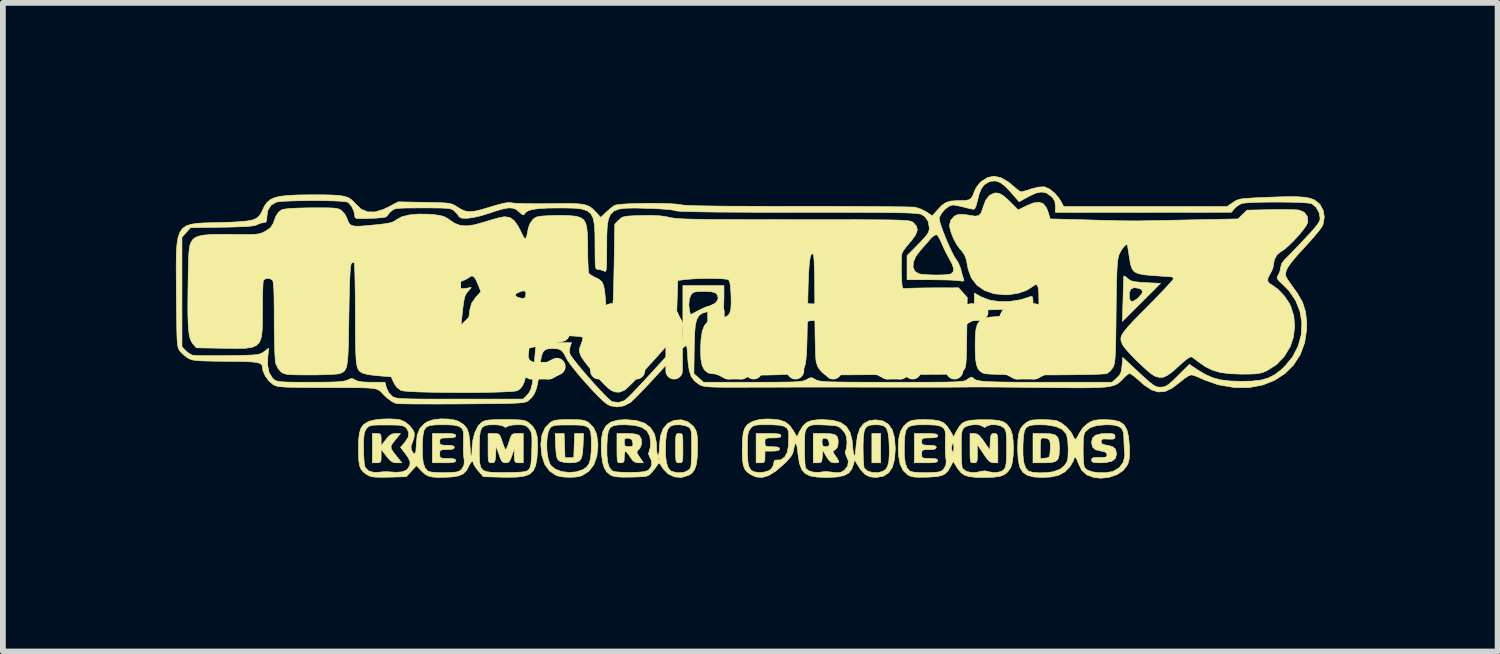
<source format=kicad_pcb>
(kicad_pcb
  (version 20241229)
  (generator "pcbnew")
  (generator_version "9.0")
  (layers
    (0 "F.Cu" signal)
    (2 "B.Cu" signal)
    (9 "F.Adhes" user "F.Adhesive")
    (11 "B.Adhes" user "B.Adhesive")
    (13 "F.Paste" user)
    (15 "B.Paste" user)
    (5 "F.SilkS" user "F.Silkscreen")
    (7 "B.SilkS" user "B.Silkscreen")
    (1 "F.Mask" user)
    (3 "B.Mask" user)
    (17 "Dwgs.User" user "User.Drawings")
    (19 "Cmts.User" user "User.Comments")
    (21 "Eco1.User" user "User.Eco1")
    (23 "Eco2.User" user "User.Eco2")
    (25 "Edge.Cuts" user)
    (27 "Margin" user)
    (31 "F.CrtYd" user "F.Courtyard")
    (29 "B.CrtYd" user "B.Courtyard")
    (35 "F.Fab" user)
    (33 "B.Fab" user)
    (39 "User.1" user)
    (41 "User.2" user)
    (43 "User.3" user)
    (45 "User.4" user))
  (footprint "kemuhure"
    (layer "F.Cu")
    (at 9.909 2.689)
    (property "Reference" "kemuhure" (at 0 0 0) (layer "F.SilkS") (effects (font (size 1.524 1.524) (thickness 0.3))))
    (attr through_hole)
    (fp_poly (pts (xy 2.311 2.286) (xy 2.159 2.286) (xy 2.159 1.778) (xy 2.311 1.778) (xy 2.311 2.286)) (stroke (width 0.01) (type solid)) (fill yes) (layer "F.SilkS"))
    (fp_poly (pts (xy -4.805 -0.729) (xy -4.832 -0.7) (xy -4.863 -0.665) (xy -4.886 -0.628) (xy -4.904 -0.579) (xy -4.918 -0.509) (xy -4.932 -0.408) (xy -4.947 -0.267) (xy -4.949 -0.254) (xy -4.971 -0.038) (xy -4.975 -0.387) (xy -4.978 -0.737) (xy -4.917 -0.737) (xy -4.848 -0.744) (xy -4.809 -0.754) (xy -4.788 -0.755) (xy -4.805 -0.729)) (stroke (width 0.01) (type solid)) (fill yes) (layer "F.SilkS"))
    (fp_poly (pts (xy -3.17 1.988) (xy -3.162 2.197) (xy -3.01 2.197) (xy -2.995 1.778) (xy -2.84 1.778) (xy -2.849 1.996) (xy -2.858 2.122) (xy -2.877 2.205) (xy -2.914 2.255) (xy -2.975 2.279) (xy -3.067 2.286) (xy -3.086 2.286) (xy -3.173 2.279) (xy -3.244 2.261) (xy -3.265 2.25) (xy -3.291 2.223) (xy -3.307 2.179) (xy -3.317 2.108) (xy -3.324 1.997) (xy -3.324 1.996) (xy -3.333 1.778) (xy -3.177 1.778) (xy -3.17 1.988)) (stroke (width 0.01) (type solid)) (fill yes) (layer "F.SilkS"))
    (fp_poly (pts (xy 4.057 -0.59) (xy 4.198 -0.536) (xy 4.368 -0.51) (xy 4.554 -0.513) (xy 4.744 -0.543) (xy 4.921 -0.601) (xy 4.942 -0.593) (xy 4.952 -0.543) (xy 4.953 -0.497) (xy 4.953 -0.381) (xy 4.705 -0.378) (xy 4.49 -0.374) (xy 4.32 -0.37) (xy 4.19 -0.366) (xy 4.096 -0.36) (xy 4.032 -0.353) (xy 3.994 -0.345) (xy 3.963 -0.338) (xy 3.946 -0.349) (xy 3.939 -0.387) (xy 3.937 -0.463) (xy 3.937 -0.492) (xy 3.937 -0.657) (xy 4.057 -0.59)) (stroke (width 0.01) (type solid)) (fill yes) (layer "F.SilkS"))
    (fp_poly (pts (xy -1.152 1.78) (xy -1.134 1.79) (xy -1.123 1.82) (xy -1.119 1.877) (xy -1.118 1.971) (xy -1.118 2.032) (xy -1.118 2.147) (xy -1.121 2.221) (xy -1.128 2.263) (xy -1.142 2.281) (xy -1.166 2.286) (xy -1.181 2.286) (xy -1.21 2.284) (xy -1.228 2.274) (xy -1.239 2.244) (xy -1.243 2.187) (xy -1.245 2.093) (xy -1.245 2.032) (xy -1.244 1.917) (xy -1.242 1.843) (xy -1.234 1.801) (xy -1.22 1.783) (xy -1.196 1.778) (xy -1.181 1.778) (xy -1.152 1.78)) (stroke (width 0.01) (type solid)) (fill yes) (layer "F.SilkS"))
    (fp_poly (pts (xy 0.476 1.78) (xy 0.542 1.786) (xy 0.575 1.797) (xy 0.584 1.816) (xy 0.572 1.839) (xy 0.528 1.851) (xy 0.445 1.854) (xy 0.365 1.855) (xy 0.323 1.864) (xy 0.307 1.886) (xy 0.305 1.929) (xy 0.305 1.93) (xy 0.308 1.976) (xy 0.325 1.998) (xy 0.369 2.006) (xy 0.432 2.007) (xy 0.512 2.011) (xy 0.551 2.025) (xy 0.559 2.045) (xy 0.545 2.069) (xy 0.498 2.08) (xy 0.432 2.083) (xy 0.305 2.083) (xy 0.305 2.184) (xy 0.302 2.25) (xy 0.285 2.279) (xy 0.245 2.286) (xy 0.229 2.286) (xy 0.152 2.286) (xy 0.152 1.778) (xy 0.368 1.778) (xy 0.476 1.78)) (stroke (width 0.01) (type solid)) (fill yes) (layer "F.SilkS"))
    (fp_poly (pts (xy 6.582 -0.922) (xy 6.593 -0.912) (xy 6.63 -0.883) (xy 6.672 -0.864) (xy 6.734 -0.852) (xy 6.826 -0.843) (xy 6.911 -0.838) (xy 7.164 -0.826) (xy 6.503 -0.167) (xy 6.514 -0.547) (xy 6.517 -0.66) (xy 6.622 -0.66) (xy 6.624 -0.565) (xy 6.647 -0.518) (xy 6.691 -0.515) (xy 6.755 -0.556) (xy 6.784 -0.582) (xy 6.84 -0.646) (xy 6.853 -0.69) (xy 6.826 -0.722) (xy 6.791 -0.738) (xy 6.707 -0.753) (xy 6.65 -0.726) (xy 6.622 -0.66) (xy 6.517 -0.66) (xy 6.518 -0.682) (xy 6.522 -0.799) (xy 6.524 -0.888) (xy 6.526 -0.941) (xy 6.526 -0.951) (xy 6.543 -0.951) (xy 6.582 -0.922)) (stroke (width 0.01) (type solid)) (fill yes) (layer "F.SilkS"))
    (fp_poly (pts (xy -6.378 1.782) (xy -6.356 1.802) (xy -6.35 1.854) (xy -6.35 1.884) (xy -6.35 1.99) (xy -6.268 1.884) (xy -6.212 1.819) (xy -6.163 1.787) (xy -6.105 1.778) (xy -6.1 1.778) (xy -6.014 1.778) (xy -6.107 1.892) (xy -6.156 1.954) (xy -6.179 1.999) (xy -6.174 2.043) (xy -6.141 2.098) (xy -6.078 2.178) (xy -5.991 2.286) (xy -6.08 2.286) (xy -6.137 2.28) (xy -6.183 2.255) (xy -6.234 2.201) (xy -6.26 2.168) (xy -6.35 2.05) (xy -6.35 2.168) (xy -6.352 2.24) (xy -6.364 2.274) (xy -6.395 2.285) (xy -6.426 2.286) (xy -6.502 2.286) (xy -6.502 1.778) (xy -6.426 1.778) (xy -6.378 1.782)) (stroke (width 0.01) (type solid)) (fill yes) (layer "F.SilkS"))
    (fp_poly (pts (xy 5.26 1.783) (xy 5.338 1.803) (xy 5.384 1.846) (xy 5.405 1.921) (xy 5.41 2.035) (xy 5.41 2.039) (xy 5.406 2.149) (xy 5.387 2.221) (xy 5.345 2.262) (xy 5.27 2.281) (xy 5.155 2.286) (xy 5.142 2.286) (xy 4.953 2.286) (xy 4.953 2.034) (xy 5.08 2.034) (xy 5.08 2.213) (xy 5.163 2.205) (xy 5.209 2.198) (xy 5.234 2.181) (xy 5.246 2.141) (xy 5.252 2.065) (xy 5.253 2.047) (xy 5.253 1.948) (xy 5.237 1.89) (xy 5.198 1.862) (xy 5.137 1.855) (xy 5.107 1.858) (xy 5.09 1.875) (xy 5.082 1.918) (xy 5.08 1.997) (xy 5.08 2.034) (xy 4.953 2.034) (xy 4.953 1.778) (xy 5.14 1.778) (xy 5.26 1.783)) (stroke (width 0.01) (type solid)) (fill yes) (layer "F.SilkS"))
    (fp_poly (pts (xy 3.98 1.786) (xy 4.022 1.814) (xy 4.072 1.874) (xy 4.105 1.921) (xy 4.204 2.064) (xy 4.211 1.921) (xy 4.217 1.84) (xy 4.229 1.797) (xy 4.251 1.78) (xy 4.281 1.778) (xy 4.309 1.78) (xy 4.327 1.791) (xy 4.338 1.821) (xy 4.342 1.879) (xy 4.343 1.975) (xy 4.343 2.032) (xy 4.343 2.286) (xy 4.27 2.286) (xy 4.228 2.279) (xy 4.188 2.253) (xy 4.142 2.199) (xy 4.093 2.127) (xy 3.988 1.968) (xy 3.988 2.127) (xy 3.987 2.214) (xy 3.98 2.261) (xy 3.963 2.282) (xy 3.931 2.286) (xy 3.924 2.286) (xy 3.895 2.284) (xy 3.877 2.274) (xy 3.867 2.244) (xy 3.862 2.187) (xy 3.861 2.093) (xy 3.861 2.032) (xy 3.861 1.778) (xy 3.934 1.778) (xy 3.98 1.786)) (stroke (width 0.01) (type solid)) (fill yes) (layer "F.SilkS"))
    (fp_poly (pts (xy -5.154 1.78) (xy -5.091 1.786) (xy -5.061 1.799) (xy -5.055 1.816) (xy -5.067 1.839) (xy -5.111 1.851) (xy -5.194 1.854) (xy -5.274 1.856) (xy -5.316 1.865) (xy -5.332 1.886) (xy -5.334 1.918) (xy -5.33 1.955) (xy -5.309 1.974) (xy -5.258 1.981) (xy -5.207 1.981) (xy -5.127 1.985) (xy -5.088 1.999) (xy -5.08 2.019) (xy -5.094 2.043) (xy -5.141 2.055) (xy -5.207 2.057) (xy -5.282 2.059) (xy -5.32 2.069) (xy -5.333 2.096) (xy -5.334 2.134) (xy -5.332 2.177) (xy -5.316 2.2) (xy -5.275 2.208) (xy -5.196 2.21) (xy -5.194 2.21) (xy -5.11 2.213) (xy -5.067 2.225) (xy -5.055 2.248) (xy -5.064 2.267) (xy -5.099 2.279) (xy -5.168 2.285) (xy -5.258 2.286) (xy -5.461 2.286) (xy -5.461 1.778) (xy -5.258 1.778) (xy -5.154 1.78)) (stroke (width 0.01) (type solid)) (fill yes) (layer "F.SilkS"))
    (fp_poly (pts (xy 3.203 1.78) (xy 3.266 1.786) (xy 3.296 1.799) (xy 3.302 1.816) (xy 3.289 1.839) (xy 3.245 1.851) (xy 3.162 1.854) (xy 3.082 1.856) (xy 3.041 1.865) (xy 3.025 1.886) (xy 3.023 1.918) (xy 3.027 1.955) (xy 3.048 1.974) (xy 3.099 1.981) (xy 3.15 1.981) (xy 3.229 1.985) (xy 3.268 1.999) (xy 3.277 2.019) (xy 3.263 2.043) (xy 3.216 2.055) (xy 3.15 2.057) (xy 3.074 2.059) (xy 3.037 2.069) (xy 3.024 2.096) (xy 3.023 2.134) (xy 3.025 2.177) (xy 3.04 2.2) (xy 3.081 2.208) (xy 3.16 2.21) (xy 3.162 2.21) (xy 3.247 2.213) (xy 3.29 2.225) (xy 3.302 2.248) (xy 3.292 2.267) (xy 3.258 2.279) (xy 3.189 2.285) (xy 3.099 2.286) (xy 2.896 2.286) (xy 2.896 1.778) (xy 3.099 1.778) (xy 3.203 1.78)) (stroke (width 0.01) (type solid)) (fill yes) (layer "F.SilkS"))
    (fp_poly (pts (xy 1.443 1.782) (xy 1.516 1.797) (xy 1.556 1.83) (xy 1.573 1.886) (xy 1.575 1.935) (xy 1.565 2.01) (xy 1.531 2.053) (xy 1.523 2.058) (xy 1.49 2.079) (xy 1.487 2.103) (xy 1.515 2.149) (xy 1.519 2.154) (xy 1.567 2.225) (xy 1.586 2.265) (xy 1.575 2.282) (xy 1.536 2.286) (xy 1.519 2.286) (xy 1.463 2.279) (xy 1.422 2.251) (xy 1.378 2.189) (xy 1.372 2.178) (xy 1.308 2.07) (xy 1.3 2.178) (xy 1.292 2.246) (xy 1.275 2.277) (xy 1.236 2.286) (xy 1.218 2.286) (xy 1.143 2.286) (xy 1.143 1.929) (xy 1.295 1.929) (xy 1.302 1.984) (xy 1.33 2.004) (xy 1.361 2.007) (xy 1.407 1.999) (xy 1.42 1.967) (xy 1.418 1.937) (xy 1.397 1.879) (xy 1.353 1.859) (xy 1.312 1.861) (xy 1.297 1.892) (xy 1.295 1.929) (xy 1.143 1.929) (xy 1.143 1.778) (xy 1.328 1.778) (xy 1.443 1.782)) (stroke (width 0.01) (type solid)) (fill yes) (layer "F.SilkS"))
    (fp_poly (pts (xy 6.305 1.78) (xy 6.352 1.787) (xy 6.372 1.805) (xy 6.375 1.83) (xy 6.37 1.861) (xy 6.344 1.875) (xy 6.285 1.876) (xy 6.255 1.875) (xy 6.181 1.872) (xy 6.146 1.881) (xy 6.135 1.906) (xy 6.134 1.918) (xy 6.144 1.952) (xy 6.184 1.972) (xy 6.244 1.983) (xy 6.333 2.005) (xy 6.382 2.047) (xy 6.4 2.119) (xy 6.4 2.139) (xy 6.382 2.209) (xy 6.323 2.257) (xy 6.222 2.281) (xy 6.128 2.286) (xy 6.041 2.284) (xy 5.992 2.276) (xy 5.972 2.259) (xy 5.969 2.238) (xy 5.976 2.21) (xy 6.004 2.196) (xy 6.067 2.193) (xy 6.102 2.194) (xy 6.181 2.193) (xy 6.221 2.184) (xy 6.235 2.163) (xy 6.236 2.146) (xy 6.225 2.112) (xy 6.186 2.092) (xy 6.126 2.081) (xy 6.036 2.059) (xy 5.987 2.016) (xy 5.97 1.945) (xy 5.969 1.928) (xy 5.986 1.855) (xy 6.038 1.807) (xy 6.131 1.783) (xy 6.219 1.778) (xy 6.305 1.78)) (stroke (width 0.01) (type solid)) (fill yes) (layer "F.SilkS"))
    (fp_poly (pts (xy -4.338 1.78) (xy -4.304 1.795) (xy -4.28 1.833) (xy -4.255 1.907) (xy -4.251 1.918) (xy -4.225 1.993) (xy -4.202 2.044) (xy -4.191 2.057) (xy -4.175 2.035) (xy -4.151 1.978) (xy -4.131 1.918) (xy -4.105 1.839) (xy -4.081 1.797) (xy -4.048 1.781) (xy -3.995 1.778) (xy -3.987 1.778) (xy -3.886 1.778) (xy -3.886 2.286) (xy -3.962 2.286) (xy -4.008 2.283) (xy -4.031 2.264) (xy -4.039 2.217) (xy -4.041 2.165) (xy -4.043 2.045) (xy -4.084 2.165) (xy -4.112 2.239) (xy -4.14 2.275) (xy -4.179 2.286) (xy -4.191 2.286) (xy -4.23 2.28) (xy -4.259 2.256) (xy -4.286 2.201) (xy -4.307 2.14) (xy -4.356 1.994) (xy -4.364 2.14) (xy -4.37 2.222) (xy -4.381 2.266) (xy -4.402 2.283) (xy -4.434 2.286) (xy -4.462 2.284) (xy -4.48 2.273) (xy -4.49 2.243) (xy -4.495 2.185) (xy -4.496 2.089) (xy -4.496 2.032) (xy -4.496 1.778) (xy -4.395 1.778) (xy -4.338 1.78)) (stroke (width 0.01) (type solid)) (fill yes) (layer "F.SilkS"))
    (fp_poly (pts (xy -1.973 1.783) (xy -1.902 1.798) (xy -1.869 1.818) (xy -1.835 1.884) (xy -1.834 1.964) (xy -1.865 2.037) (xy -1.879 2.051) (xy -1.909 2.082) (xy -1.914 2.11) (xy -1.893 2.151) (xy -1.865 2.192) (xy -1.802 2.286) (xy -1.885 2.286) (xy -1.943 2.278) (xy -1.987 2.248) (xy -2.032 2.184) (xy -2.073 2.124) (xy -2.105 2.088) (xy -2.114 2.083) (xy -2.126 2.105) (xy -2.133 2.162) (xy -2.134 2.184) (xy -2.137 2.25) (xy -2.153 2.279) (xy -2.192 2.286) (xy -2.197 2.286) (xy -2.226 2.284) (xy -2.244 2.274) (xy -2.255 2.244) (xy -2.259 2.187) (xy -2.261 2.093) (xy -2.261 2.032) (xy -2.261 1.929) (xy -2.134 1.929) (xy -2.128 1.983) (xy -2.099 2.004) (xy -2.056 2.007) (xy -2.002 2.001) (xy -1.984 1.976) (xy -1.986 1.937) (xy -2.004 1.882) (xy -2.052 1.86) (xy -2.064 1.859) (xy -2.113 1.859) (xy -2.131 1.885) (xy -2.134 1.929) (xy -2.261 1.929) (xy -2.261 1.778) (xy -2.085 1.778) (xy -1.973 1.783)) (stroke (width 0.01) (type solid)) (fill yes) (layer "F.SilkS"))
    (fp_poly (pts (xy -2.962 1.538) (xy -2.877 1.543) (xy -2.819 1.555) (xy -2.775 1.574) (xy -2.751 1.589) (xy -2.667 1.674) (xy -2.615 1.786) (xy -2.593 1.932) (xy -2.591 1.994) (xy -2.61 2.174) (xy -2.663 2.322) (xy -2.75 2.434) (xy -2.868 2.509) (xy -2.878 2.513) (xy -2.967 2.532) (xy -3.081 2.538) (xy -3.198 2.531) (xy -3.295 2.512) (xy -3.316 2.504) (xy -3.43 2.428) (xy -3.513 2.313) (xy -3.563 2.16) (xy -3.581 1.973) (xy -3.581 1.968) (xy -3.581 1.965) (xy -3.479 1.965) (xy -3.474 2.09) (xy -3.456 2.206) (xy -3.427 2.298) (xy -3.408 2.332) (xy -3.33 2.396) (xy -3.221 2.437) (xy -3.095 2.453) (xy -2.966 2.443) (xy -2.852 2.404) (xy -2.789 2.361) (xy -2.746 2.302) (xy -2.72 2.218) (xy -2.708 2.1) (xy -2.705 1.98) (xy -2.707 1.846) (xy -2.717 1.751) (xy -2.743 1.689) (xy -2.792 1.653) (xy -2.873 1.635) (xy -2.992 1.63) (xy -3.086 1.63) (xy -3.214 1.63) (xy -3.301 1.634) (xy -3.357 1.643) (xy -3.393 1.657) (xy -3.418 1.679) (xy -3.418 1.679) (xy -3.451 1.744) (xy -3.471 1.844) (xy -3.479 1.965) (xy -3.581 1.965) (xy -3.563 1.807) (xy -3.507 1.679) (xy -3.421 1.589) (xy -3.381 1.565) (xy -3.333 1.549) (xy -3.265 1.541) (xy -3.166 1.537) (xy -3.086 1.537) (xy -2.962 1.538)) (stroke (width 0.01) (type solid)) (fill yes) (layer "F.SilkS"))
    (fp_poly (pts (xy 6.345 1.545) (xy 6.453 1.572) (xy 6.53 1.625) (xy 6.58 1.71) (xy 6.61 1.833) (xy 6.624 1.997) (xy 6.628 2.122) (xy 6.623 2.21) (xy 6.608 2.278) (xy 6.591 2.321) (xy 6.519 2.417) (xy 6.411 2.49) (xy 6.278 2.536) (xy 6.131 2.553) (xy 6.012 2.541) (xy 5.887 2.496) (xy 5.798 2.416) (xy 5.743 2.303) (xy 5.715 2.231) (xy 5.689 2.19) (xy 5.671 2.186) (xy 5.664 2.219) (xy 5.65 2.258) (xy 5.614 2.32) (xy 5.591 2.355) (xy 5.506 2.443) (xy 5.399 2.501) (xy 5.261 2.532) (xy 5.116 2.54) (xy 4.967 2.532) (xy 4.855 2.503) (xy 4.776 2.449) (xy 4.725 2.364) (xy 4.697 2.241) (xy 4.692 2.153) (xy 4.779 2.153) (xy 4.794 2.285) (xy 4.826 2.376) (xy 4.874 2.428) (xy 4.883 2.433) (xy 4.957 2.452) (xy 5.064 2.46) (xy 5.187 2.456) (xy 5.308 2.44) (xy 5.424 2.396) (xy 5.492 2.339) (xy 5.528 2.294) (xy 5.549 2.25) (xy 5.559 2.192) (xy 5.562 2.103) (xy 5.563 2.056) (xy 5.561 2.01) (xy 5.823 2.01) (xy 5.823 2.123) (xy 5.827 2.23) (xy 5.834 2.316) (xy 5.845 2.367) (xy 5.846 2.368) (xy 5.893 2.41) (xy 5.977 2.441) (xy 6.083 2.457) (xy 6.198 2.458) (xy 6.308 2.442) (xy 6.349 2.431) (xy 6.449 2.371) (xy 6.517 2.279) (xy 6.545 2.166) (xy 6.542 2.108) (xy 6.534 2.01) (xy 6.529 1.899) (xy 6.529 1.863) (xy 6.522 1.761) (xy 6.492 1.692) (xy 6.434 1.651) (xy 6.339 1.63) (xy 6.225 1.626) (xy 6.062 1.639) (xy 5.942 1.678) (xy 5.862 1.745) (xy 5.845 1.772) (xy 5.834 1.82) (xy 5.826 1.904) (xy 5.823 2.01) (xy 5.561 2.01) (xy 5.557 1.92) (xy 5.54 1.819) (xy 5.525 1.78) (xy 5.459 1.706) (xy 5.347 1.656) (xy 5.192 1.63) (xy 5.083 1.626) (xy 4.967 1.629) (xy 4.886 1.644) (xy 4.833 1.679) (xy 4.802 1.741) (xy 4.787 1.839) (xy 4.779 1.976) (xy 4.779 2.153) (xy 4.692 2.153) (xy 4.687 2.076) (xy 4.687 2.045) (xy 4.691 1.894) (xy 4.705 1.783) (xy 4.734 1.7) (xy 4.78 1.637) (xy 4.834 1.59) (xy 4.884 1.561) (xy 4.945 1.544) (xy 5.033 1.538) (xy 5.101 1.537) (xy 5.206 1.539) (xy 5.299 1.546) (xy 5.362 1.555) (xy 5.365 1.556) (xy 5.45 1.598) (xy 5.538 1.669) (xy 5.61 1.752) (xy 5.639 1.803) (xy 5.665 1.856) (xy 5.688 1.879) (xy 5.689 1.88) (xy 5.709 1.859) (xy 5.74 1.806) (xy 5.755 1.775) (xy 5.82 1.676) (xy 5.903 1.603) (xy 5.964 1.568) (xy 6.024 1.548) (xy 6.102 1.539) (xy 6.198 1.537) (xy 6.345 1.545)) (stroke (width 0.01) (type solid)) (fill yes) (layer "F.SilkS"))
    (fp_poly (pts (xy -1.928 1.552) (xy -1.783 1.598) (xy -1.678 1.677) (xy -1.609 1.789) (xy -1.578 1.935) (xy -1.575 2.002) (xy -1.571 2.085) (xy -1.561 2.142) (xy -1.549 2.159) (xy -1.546 2.153) (xy -1.419 2.153) (xy -1.403 2.285) (xy -1.372 2.376) (xy -1.324 2.428) (xy -1.315 2.433) (xy -1.215 2.459) (xy -1.111 2.453) (xy -1.059 2.435) (xy -1.008 2.401) (xy -0.985 2.377) (xy -0.978 2.343) (xy -0.972 2.268) (xy -0.967 2.163) (xy -0.966 2.04) (xy -0.966 2.027) (xy -0.966 1.893) (xy -0.968 1.801) (xy -0.974 1.741) (xy -0.985 1.704) (xy -1.002 1.68) (xy -1.022 1.665) (xy -1.083 1.64) (xy -1.167 1.627) (xy -1.196 1.626) (xy -1.281 1.632) (xy -1.34 1.656) (xy -1.38 1.706) (xy -1.403 1.788) (xy -1.416 1.91) (xy -1.419 1.976) (xy -1.419 2.153) (xy -1.546 2.153) (xy -1.536 2.136) (xy -1.527 2.074) (xy -1.524 1.995) (xy -1.508 1.825) (xy -1.461 1.695) (xy -1.381 1.603) (xy -1.269 1.549) (xy -1.268 1.549) (xy -1.145 1.54) (xy -1.031 1.575) (xy -0.939 1.651) (xy -0.922 1.674) (xy -0.895 1.719) (xy -0.878 1.768) (xy -0.868 1.833) (xy -0.864 1.926) (xy -0.864 2.024) (xy -0.869 2.19) (xy -0.885 2.314) (xy -0.915 2.403) (xy -0.961 2.465) (xy -1.013 2.5) (xy -1.138 2.539) (xy -1.261 2.531) (xy -1.373 2.479) (xy -1.463 2.386) (xy -1.473 2.369) (xy -1.51 2.312) (xy -1.532 2.294) (xy -1.551 2.308) (xy -1.559 2.322) (xy -1.594 2.373) (xy -1.645 2.437) (xy -1.655 2.449) (xy -1.686 2.483) (xy -1.716 2.505) (xy -1.755 2.519) (xy -1.815 2.527) (xy -1.907 2.531) (xy -2.011 2.534) (xy -2.151 2.535) (xy -2.251 2.531) (xy -2.32 2.52) (xy -2.367 2.502) (xy -2.368 2.501) (xy -2.435 2.449) (xy -2.482 2.373) (xy -2.513 2.266) (xy -2.526 2.153) (xy -2.435 2.153) (xy -2.42 2.285) (xy -2.389 2.374) (xy -2.341 2.426) (xy -2.331 2.431) (xy -2.281 2.442) (xy -2.196 2.449) (xy -2.087 2.453) (xy -2.014 2.452) (xy -1.889 2.449) (xy -1.804 2.441) (xy -1.749 2.428) (xy -1.712 2.409) (xy -1.703 2.401) (xy -1.658 2.331) (xy -1.66 2.249) (xy -1.674 2.223) (xy -1.549 2.223) (xy -1.537 2.235) (xy -1.524 2.223) (xy -1.537 2.21) (xy -1.549 2.223) (xy -1.674 2.223) (xy -1.69 2.19) (xy -1.715 2.133) (xy -1.703 2.085) (xy -1.685 2.027) (xy -1.677 1.949) (xy -1.677 1.938) (xy -1.693 1.82) (xy -1.742 1.732) (xy -1.827 1.672) (xy -1.952 1.637) (xy -2.12 1.626) (xy -2.123 1.626) (xy -2.242 1.629) (xy -2.325 1.644) (xy -2.379 1.678) (xy -2.411 1.739) (xy -2.427 1.836) (xy -2.435 1.975) (xy -2.435 1.976) (xy -2.435 2.153) (xy -2.526 2.153) (xy -2.53 2.119) (xy -2.533 2.057) (xy -2.531 1.879) (xy -2.505 1.743) (xy -2.452 1.645) (xy -2.368 1.581) (xy -2.25 1.546) (xy -2.112 1.537) (xy -1.928 1.552)) (stroke (width 0.01) (type solid)) (fill yes) (layer "F.SilkS"))
    (fp_poly (pts (xy 3.228 1.542) (xy 3.331 1.56) (xy 3.408 1.596) (xy 3.469 1.657) (xy 3.522 1.74) (xy 3.577 1.836) (xy 3.63 1.731) (xy 3.675 1.655) (xy 3.724 1.601) (xy 3.787 1.567) (xy 3.875 1.548) (xy 3.997 1.54) (xy 4.102 1.539) (xy 4.253 1.541) (xy 4.362 1.553) (xy 4.441 1.576) (xy 4.498 1.615) (xy 4.544 1.673) (xy 4.565 1.708) (xy 4.592 1.788) (xy 4.608 1.9) (xy 4.614 2.029) (xy 4.609 2.16) (xy 4.595 2.276) (xy 4.57 2.362) (xy 4.562 2.378) (xy 4.514 2.444) (xy 4.458 2.49) (xy 4.383 2.519) (xy 4.28 2.535) (xy 4.139 2.54) (xy 4.102 2.54) (xy 3.953 2.537) (xy 3.845 2.525) (xy 3.765 2.499) (xy 3.705 2.457) (xy 3.653 2.394) (xy 3.63 2.359) (xy 3.57 2.261) (xy 3.527 2.343) (xy 3.483 2.421) (xy 3.435 2.473) (xy 3.373 2.506) (xy 3.286 2.524) (xy 3.163 2.533) (xy 3.115 2.535) (xy 2.992 2.537) (xy 2.906 2.534) (xy 2.846 2.524) (xy 2.8 2.505) (xy 2.779 2.493) (xy 2.702 2.42) (xy 2.65 2.312) (xy 2.622 2.164) (xy 2.616 2.025) (xy 2.619 1.976) (xy 2.722 1.976) (xy 2.722 2.153) (xy 2.737 2.286) (xy 2.769 2.376) (xy 2.817 2.429) (xy 2.826 2.434) (xy 2.88 2.447) (xy 2.972 2.455) (xy 3.089 2.458) (xy 3.12 2.457) (xy 3.233 2.453) (xy 3.307 2.446) (xy 3.354 2.434) (xy 3.386 2.413) (xy 3.408 2.388) (xy 3.442 2.328) (xy 3.448 2.256) (xy 3.444 2.223) (xy 3.438 2.169) (xy 3.434 2.111) (xy 3.432 2.037) (xy 3.433 2.024) (xy 3.539 2.024) (xy 3.543 2.058) (xy 3.562 2.102) (xy 3.575 2.096) (xy 3.58 2.042) (xy 3.58 2.038) (xy 3.709 2.038) (xy 3.71 2.161) (xy 3.715 2.266) (xy 3.721 2.343) (xy 3.728 2.38) (xy 3.729 2.38) (xy 3.787 2.429) (xy 3.874 2.454) (xy 3.972 2.453) (xy 4.028 2.438) (xy 4.116 2.425) (xy 4.182 2.44) (xy 4.265 2.455) (xy 4.344 2.451) (xy 4.344 2.451) (xy 4.403 2.434) (xy 4.444 2.41) (xy 4.471 2.368) (xy 4.487 2.301) (xy 4.494 2.202) (xy 4.496 2.06) (xy 4.496 2.043) (xy 4.495 1.909) (xy 4.492 1.816) (xy 4.485 1.754) (xy 4.472 1.714) (xy 4.453 1.685) (xy 4.445 1.676) (xy 4.386 1.643) (xy 4.304 1.626) (xy 4.22 1.627) (xy 4.156 1.647) (xy 4.145 1.656) (xy 4.111 1.673) (xy 4.084 1.656) (xy 4.03 1.631) (xy 3.949 1.624) (xy 3.862 1.633) (xy 3.787 1.657) (xy 3.759 1.676) (xy 3.738 1.703) (xy 3.723 1.738) (xy 3.714 1.791) (xy 3.71 1.873) (xy 3.709 1.992) (xy 3.709 2.038) (xy 3.58 2.038) (xy 3.581 2.013) (xy 3.578 1.955) (xy 3.569 1.943) (xy 3.554 1.963) (xy 3.539 2.024) (xy 3.433 2.024) (xy 3.433 1.936) (xy 3.436 1.81) (xy 3.43 1.736) (xy 3.404 1.684) (xy 3.35 1.651) (xy 3.261 1.632) (xy 3.132 1.626) (xy 3.086 1.626) (xy 2.946 1.628) (xy 2.849 1.64) (xy 2.786 1.669) (xy 2.75 1.724) (xy 2.731 1.812) (xy 2.723 1.941) (xy 2.722 1.976) (xy 2.619 1.976) (xy 2.625 1.866) (xy 2.654 1.746) (xy 2.707 1.655) (xy 2.777 1.589) (xy 2.82 1.564) (xy 2.872 1.548) (xy 2.945 1.54) (xy 3.054 1.537) (xy 3.086 1.537) (xy 3.228 1.542)) (stroke (width 0.01) (type solid)) (fill yes) (layer "F.SilkS"))
    (fp_poly (pts (xy 0.416 1.528) (xy 0.554 1.543) (xy 0.655 1.577) (xy 0.732 1.637) (xy 0.798 1.73) (xy 0.804 1.74) (xy 0.859 1.836) (xy 0.912 1.731) (xy 0.967 1.643) (xy 1.031 1.585) (xy 1.115 1.552) (xy 1.232 1.538) (xy 1.307 1.537) (xy 1.483 1.549) (xy 1.618 1.587) (xy 1.715 1.655) (xy 1.78 1.756) (xy 1.816 1.893) (xy 1.823 1.972) (xy 1.832 2.065) (xy 1.842 2.135) (xy 1.853 2.17) (xy 1.854 2.172) (xy 1.864 2.154) (xy 1.875 2.097) (xy 1.881 2.038) (xy 2.007 2.038) (xy 2.009 2.161) (xy 2.013 2.266) (xy 2.019 2.343) (xy 2.027 2.38) (xy 2.027 2.38) (xy 2.083 2.427) (xy 2.169 2.454) (xy 2.265 2.456) (xy 2.347 2.435) (xy 2.398 2.4) (xy 2.433 2.344) (xy 2.453 2.26) (xy 2.461 2.141) (xy 2.46 1.998) (xy 2.452 1.852) (xy 2.436 1.75) (xy 2.409 1.683) (xy 2.364 1.645) (xy 2.298 1.629) (xy 2.231 1.626) (xy 2.147 1.63) (xy 2.087 1.647) (xy 2.047 1.684) (xy 2.023 1.749) (xy 2.011 1.848) (xy 2.007 1.988) (xy 2.007 2.038) (xy 1.881 2.038) (xy 1.884 2.011) (xy 1.886 1.984) (xy 1.909 1.814) (xy 1.954 1.687) (xy 2.022 1.602) (xy 2.117 1.554) (xy 2.225 1.541) (xy 2.35 1.56) (xy 2.445 1.616) (xy 2.512 1.713) (xy 2.551 1.851) (xy 2.565 2.031) (xy 2.565 2.041) (xy 2.553 2.222) (xy 2.515 2.361) (xy 2.451 2.459) (xy 2.358 2.518) (xy 2.236 2.54) (xy 2.222 2.54) (xy 2.124 2.528) (xy 2.044 2.489) (xy 1.972 2.415) (xy 1.901 2.306) (xy 1.859 2.232) (xy 1.843 2.303) (xy 1.81 2.396) (xy 1.758 2.463) (xy 1.677 2.507) (xy 1.563 2.531) (xy 1.407 2.54) (xy 1.376 2.54) (xy 1.21 2.534) (xy 1.087 2.513) (xy 1 2.47) (xy 0.941 2.399) (xy 0.903 2.295) (xy 0.88 2.151) (xy 0.876 2.115) (xy 0.866 2.038) (xy 0.991 2.038) (xy 0.993 2.161) (xy 0.997 2.266) (xy 1.003 2.343) (xy 1.011 2.38) (xy 1.011 2.38) (xy 1.064 2.424) (xy 1.148 2.449) (xy 1.242 2.451) (xy 1.245 2.451) (xy 1.311 2.442) (xy 1.356 2.438) (xy 1.359 2.437) (xy 1.398 2.44) (xy 1.466 2.448) (xy 1.499 2.453) (xy 1.58 2.458) (xy 1.639 2.443) (xy 1.683 2.414) (xy 1.74 2.34) (xy 1.751 2.254) (xy 1.716 2.169) (xy 1.695 2.11) (xy 1.703 2.081) (xy 1.717 2.035) (xy 1.726 1.96) (xy 1.727 1.924) (xy 1.719 1.835) (xy 1.69 1.767) (xy 1.654 1.723) (xy 1.618 1.685) (xy 1.583 1.66) (xy 1.537 1.645) (xy 1.467 1.637) (xy 1.36 1.631) (xy 1.34 1.63) (xy 1.225 1.626) (xy 1.149 1.628) (xy 1.101 1.636) (xy 1.068 1.653) (xy 1.044 1.673) (xy 1.022 1.7) (xy 1.006 1.734) (xy 0.997 1.784) (xy 0.993 1.861) (xy 0.991 1.975) (xy 0.991 2.038) (xy 0.866 2.038) (xy 0.863 2.011) (xy 0.848 1.957) (xy 0.831 1.953) (xy 0.814 1.998) (xy 0.803 2.059) (xy 0.787 2.121) (xy 0.754 2.179) (xy 0.696 2.246) (xy 0.628 2.314) (xy 0.489 2.433) (xy 0.366 2.508) (xy 0.255 2.54) (xy 0.15 2.531) (xy 0.059 2.49) (xy -0.001 2.448) (xy -0.043 2.399) (xy -0.069 2.335) (xy -0.083 2.245) (xy -0.088 2.119) (xy -0.089 2.045) (xy -0.088 2.037) (xy 0 2.037) (xy 0.003 2.185) (xy 0.012 2.29) (xy 0.03 2.361) (xy 0.06 2.407) (xy 0.103 2.437) (xy 0.11 2.44) (xy 0.191 2.455) (xy 0.287 2.448) (xy 0.372 2.422) (xy 0.408 2.399) (xy 0.446 2.341) (xy 0.457 2.294) (xy 0.468 2.249) (xy 0.489 2.239) (xy 0.577 2.235) (xy 0.647 2.187) (xy 0.693 2.101) (xy 0.713 1.981) (xy 0.715 1.891) (xy 0.718 1.81) (xy 0.712 1.736) (xy 0.686 1.684) (xy 0.633 1.651) (xy 0.545 1.633) (xy 0.416 1.626) (xy 0.366 1.626) (xy 0.248 1.626) (xy 0.17 1.63) (xy 0.12 1.639) (xy 0.088 1.655) (xy 0.062 1.681) (xy 0.053 1.693) (xy 0.029 1.729) (xy 0.014 1.772) (xy 0.005 1.835) (xy 0.001 1.927) (xy 0 2.037) (xy -0.088 2.037) (xy -0.085 1.886) (xy -0.072 1.769) (xy -0.045 1.685) (xy -0.002 1.626) (xy 0.061 1.584) (xy 0.112 1.562) (xy 0.212 1.535) (xy 0.333 1.526) (xy 0.416 1.528)) (stroke (width 0.01) (type solid)) (fill yes) (layer "F.SilkS"))
    (fp_poly (pts (xy 4.371 -2.384) (xy 4.426 -2.354) (xy 4.496 -2.297) (xy 4.55 -2.245) (xy 4.697 -2.099) (xy 4.832 -2.167) (xy 4.959 -2.22) (xy 5.058 -2.233) (xy 5.132 -2.206) (xy 5.187 -2.136) (xy 5.217 -2.057) (xy 5.251 -1.943) (xy 5.908 -1.926) (xy 6.094 -1.92) (xy 6.246 -1.916) (xy 6.372 -1.913) (xy 6.48 -1.911) (xy 6.578 -1.91) (xy 6.673 -1.909) (xy 6.773 -1.909) (xy 6.886 -1.911) (xy 7.018 -1.913) (xy 7.179 -1.916) (xy 7.375 -1.92) (xy 7.612 -1.925) (xy 8.506 -1.943) (xy 8.585 -2.019) (xy 8.665 -2.095) (xy 9.075 -2.104) (xy 9.221 -2.106) (xy 9.355 -2.105) (xy 9.466 -2.103) (xy 9.544 -2.099) (xy 9.569 -2.096) (xy 9.655 -2.058) (xy 9.708 -1.989) (xy 9.719 -1.899) (xy 9.716 -1.881) (xy 9.689 -1.825) (xy 9.633 -1.747) (xy 9.558 -1.657) (xy 9.473 -1.564) (xy 9.386 -1.479) (xy 9.308 -1.412) (xy 9.249 -1.373) (xy 9.246 -1.372) (xy 9.183 -1.32) (xy 9.138 -1.234) (xy 9.119 -1.127) (xy 9.119 -1.118) (xy 9.106 -1.072) (xy 9.075 -1.008) (xy 9.068 -0.996) (xy 9.027 -0.917) (xy 9.024 -0.862) (xy 9.058 -0.821) (xy 9.092 -0.801) (xy 9.2 -0.724) (xy 9.305 -0.614) (xy 9.394 -0.484) (xy 9.421 -0.432) (xy 9.475 -0.262) (xy 9.49 -0.074) (xy 9.466 0.115) (xy 9.414 0.27) (xy 9.311 0.441) (xy 9.175 0.583) (xy 9.014 0.686) (xy 9.004 0.691) (xy 8.944 0.716) (xy 8.884 0.733) (xy 8.812 0.743) (xy 8.717 0.747) (xy 8.585 0.748) (xy 8.56 0.748) (xy 8.363 0.741) (xy 8.203 0.72) (xy 8.069 0.681) (xy 7.947 0.622) (xy 7.841 0.549) (xy 7.774 0.499) (xy 7.721 0.461) (xy 7.703 0.448) (xy 7.668 0.456) (xy 7.604 0.5) (xy 7.515 0.577) (xy 7.494 0.596) (xy 7.38 0.699) (xy 7.29 0.766) (xy 7.216 0.801) (xy 7.149 0.807) (xy 7.08 0.788) (xy 7.048 0.773) (xy 6.994 0.736) (xy 6.916 0.67) (xy 6.825 0.586) (xy 6.729 0.494) (xy 6.64 0.402) (xy 6.567 0.321) (xy 6.521 0.261) (xy 6.513 0.249) (xy 6.49 0.201) (xy 6.477 0.158) (xy 6.478 0.114) (xy 6.496 0.065) (xy 6.535 0.006) (xy 6.597 -0.07) (xy 6.686 -0.166) (xy 6.805 -0.288) (xy 6.934 -0.418) (xy 7.058 -0.544) (xy 7.17 -0.66) (xy 7.263 -0.759) (xy 7.335 -0.837) (xy 7.379 -0.889) (xy 7.391 -0.909) (xy 7.37 -0.934) (xy 7.334 -0.941) (xy 7.285 -0.944) (xy 7.2 -0.949) (xy 7.091 -0.957) (xy 7.016 -0.962) (xy 6.875 -0.975) (xy 6.776 -0.995) (xy 6.71 -1.028) (xy 6.668 -1.082) (xy 6.642 -1.165) (xy 6.623 -1.282) (xy 6.622 -1.286) (xy 6.608 -1.381) (xy 6.596 -1.454) (xy 6.588 -1.493) (xy 6.587 -1.496) (xy 6.563 -1.494) (xy 6.526 -1.458) (xy 6.485 -1.401) (xy 6.45 -1.334) (xy 6.441 -1.311) (xy 6.43 -1.272) (xy 6.421 -1.215) (xy 6.414 -1.136) (xy 6.408 -1.03) (xy 6.403 -0.891) (xy 6.399 -0.715) (xy 6.396 -0.496) (xy 6.394 -0.33) (xy 6.392 -0.092) (xy 6.389 0.101) (xy 6.386 0.253) (xy 6.382 0.371) (xy 6.377 0.46) (xy 6.37 0.526) (xy 6.362 0.573) (xy 6.352 0.607) (xy 6.341 0.63) (xy 6.294 0.693) (xy 6.239 0.735) (xy 6.233 0.738) (xy 6.192 0.744) (xy 6.106 0.749) (xy 5.984 0.753) (xy 5.831 0.757) (xy 5.655 0.759) (xy 5.462 0.761) (xy 5.259 0.762) (xy 5.054 0.762) (xy 4.852 0.761) (xy 4.661 0.759) (xy 4.487 0.756) (xy 4.338 0.753) (xy 4.219 0.748) (xy 4.139 0.743) (xy 4.105 0.738) (xy 4.046 0.707) (xy 4.003 0.662) (xy 3.975 0.594) (xy 3.958 0.496) (xy 3.951 0.36) (xy 3.95 0.254) (xy 3.952 0.097) (xy 3.963 -0.024) (xy 3.987 -0.114) (xy 4.032 -0.176) (xy 4.103 -0.217) (xy 4.206 -0.24) (xy 4.347 -0.251) (xy 4.531 -0.254) (xy 4.577 -0.254) (xy 4.71 -0.256) (xy 4.83 -0.261) (xy 4.925 -0.268) (xy 4.983 -0.277) (xy 4.989 -0.279) (xy 5.02 -0.293) (xy 5.039 -0.313) (xy 5.049 -0.35) (xy 5.054 -0.415) (xy 5.055 -0.519) (xy 5.055 -0.544) (xy 5.052 -0.674) (xy 5.041 -0.758) (xy 5.022 -0.8) (xy 4.993 -0.803) (xy 4.957 -0.778) (xy 4.845 -0.706) (xy 4.698 -0.655) (xy 4.531 -0.629) (xy 4.471 -0.627) (xy 4.279 -0.645) (xy 4.115 -0.701) (xy 3.983 -0.792) (xy 3.886 -0.916) (xy 3.829 -1.069) (xy 3.82 -1.115) (xy 3.798 -1.233) (xy 3.766 -1.318) (xy 3.718 -1.389) (xy 3.685 -1.425) (xy 3.631 -1.497) (xy 3.578 -1.596) (xy 3.534 -1.704) (xy 3.509 -1.8) (xy 3.505 -1.837) (xy 3.528 -1.922) (xy 3.588 -1.99) (xy 3.647 -2.018) (xy 3.71 -2.022) (xy 3.798 -2.015) (xy 3.852 -2.006) (xy 3.95 -1.991) (xy 4.013 -2.001) (xy 4.052 -2.044) (xy 4.082 -2.126) (xy 4.087 -2.146) (xy 4.133 -2.269) (xy 4.2 -2.352) (xy 4.283 -2.391) (xy 4.318 -2.393) (xy 4.371 -2.384)) (stroke (width 0.01) (type solid)) (fill yes) (layer "F.SilkS"))
    (fp_poly (pts (xy -6.079 1.531) (xy -6.021 1.54) (xy -5.938 1.576) (xy -5.857 1.641) (xy -5.796 1.719) (xy -5.776 1.767) (xy -5.777 1.837) (xy -5.803 1.92) (xy -5.804 1.921) (xy -5.831 1.994) (xy -5.829 2.05) (xy -5.82 2.073) (xy -5.788 2.125) (xy -5.764 2.128) (xy -5.748 2.082) (xy -5.741 1.99) (xy -5.741 1.976) (xy -5.635 1.976) (xy -5.635 2.153) (xy -5.62 2.286) (xy -5.588 2.376) (xy -5.539 2.429) (xy -5.531 2.434) (xy -5.477 2.447) (xy -5.385 2.455) (xy -5.268 2.458) (xy -5.236 2.457) (xy -5.124 2.453) (xy -5.049 2.446) (xy -5.003 2.434) (xy -4.971 2.413) (xy -4.949 2.388) (xy -4.914 2.328) (xy -4.909 2.256) (xy -4.912 2.223) (xy -4.919 2.169) (xy -4.923 2.111) (xy -4.924 2.037) (xy -4.923 1.936) (xy -4.921 1.81) (xy -4.926 1.736) (xy -4.953 1.684) (xy -5.007 1.651) (xy -5.095 1.632) (xy -5.225 1.626) (xy -5.271 1.626) (xy -5.41 1.628) (xy -5.508 1.64) (xy -5.57 1.669) (xy -5.607 1.724) (xy -5.625 1.812) (xy -5.634 1.941) (xy -5.635 1.976) (xy -5.741 1.976) (xy -5.74 1.96) (xy -5.726 1.808) (xy -5.68 1.692) (xy -5.599 1.606) (xy -5.537 1.568) (xy -5.439 1.538) (xy -5.315 1.524) (xy -5.183 1.527) (xy -5.066 1.546) (xy -5.006 1.568) (xy -4.92 1.623) (xy -4.863 1.69) (xy -4.83 1.781) (xy -4.813 1.906) (xy -4.811 1.957) (xy -4.805 2.067) (xy -4.797 2.14) (xy -4.789 2.175) (xy -4.781 2.168) (xy -4.776 2.115) (xy -4.774 2.043) (xy -4.774 2.041) (xy -4.648 2.041) (xy -4.648 2.185) (xy -4.641 2.291) (xy -4.622 2.365) (xy -4.584 2.413) (xy -4.52 2.44) (xy -4.423 2.452) (xy -4.287 2.455) (xy -4.16 2.454) (xy -4.022 2.452) (xy -3.926 2.447) (xy -3.861 2.439) (xy -3.82 2.426) (xy -3.793 2.407) (xy -3.792 2.406) (xy -3.771 2.377) (xy -3.757 2.332) (xy -3.748 2.261) (xy -3.741 2.156) (xy -3.738 2.063) (xy -3.735 1.933) (xy -3.736 1.844) (xy -3.742 1.783) (xy -3.755 1.742) (xy -3.775 1.708) (xy -3.784 1.695) (xy -3.823 1.655) (xy -3.867 1.634) (xy -3.934 1.626) (xy -3.985 1.626) (xy -4.07 1.631) (xy -4.135 1.644) (xy -4.161 1.656) (xy -4.195 1.673) (xy -4.221 1.656) (xy -4.262 1.639) (xy -4.335 1.628) (xy -4.399 1.626) (xy -4.492 1.629) (xy -4.558 1.644) (xy -4.602 1.677) (xy -4.629 1.736) (xy -4.643 1.828) (xy -4.648 1.959) (xy -4.648 2.041) (xy -4.774 2.041) (xy -4.76 1.893) (xy -4.724 1.758) (xy -4.67 1.65) (xy -4.615 1.59) (xy -4.58 1.568) (xy -4.54 1.553) (xy -4.485 1.544) (xy -4.403 1.539) (xy -4.287 1.537) (xy -4.204 1.537) (xy -4.063 1.537) (xy -3.964 1.541) (xy -3.895 1.547) (xy -3.847 1.559) (xy -3.811 1.577) (xy -3.793 1.589) (xy -3.72 1.655) (xy -3.672 1.734) (xy -3.645 1.834) (xy -3.637 1.968) (xy -3.639 2.057) (xy -3.649 2.216) (xy -3.672 2.337) (xy -3.712 2.424) (xy -3.776 2.483) (xy -3.87 2.518) (xy -4.001 2.534) (xy -4.173 2.537) (xy -4.235 2.536) (xy -4.578 2.527) (xy -4.664 2.428) (xy -4.713 2.365) (xy -4.744 2.313) (xy -4.75 2.294) (xy -4.76 2.262) (xy -4.785 2.27) (xy -4.816 2.314) (xy -4.825 2.334) (xy -4.869 2.419) (xy -4.926 2.477) (xy -5.006 2.512) (xy -5.119 2.531) (xy -5.21 2.536) (xy -5.351 2.539) (xy -5.453 2.534) (xy -5.528 2.516) (xy -5.588 2.485) (xy -5.644 2.435) (xy -5.655 2.423) (xy -5.738 2.335) (xy -5.826 2.431) (xy -5.914 2.527) (xy -6.215 2.535) (xy -6.347 2.537) (xy -6.44 2.535) (xy -6.505 2.528) (xy -6.552 2.515) (xy -6.593 2.493) (xy -6.596 2.492) (xy -6.656 2.448) (xy -6.698 2.399) (xy -6.724 2.335) (xy -6.738 2.245) (xy -6.743 2.119) (xy -6.743 2.045) (xy -6.743 2.037) (xy -6.655 2.037) (xy -6.652 2.156) (xy -6.646 2.259) (xy -6.636 2.335) (xy -6.628 2.365) (xy -6.567 2.427) (xy -6.473 2.453) (xy -6.388 2.449) (xy -6.309 2.441) (xy -6.245 2.44) (xy -6.236 2.441) (xy -6.09 2.451) (xy -5.985 2.442) (xy -5.916 2.414) (xy -5.89 2.391) (xy -5.853 2.33) (xy -5.848 2.271) (xy -5.878 2.202) (xy -5.928 2.13) (xy -6.014 2.017) (xy -5.941 1.935) (xy -5.882 1.845) (xy -5.872 1.76) (xy -5.91 1.685) (xy -5.916 1.678) (xy -5.944 1.657) (xy -5.981 1.643) (xy -6.04 1.634) (xy -6.129 1.631) (xy -6.258 1.63) (xy -6.259 1.63) (xy -6.385 1.63) (xy -6.471 1.633) (xy -6.526 1.64) (xy -6.562 1.653) (xy -6.587 1.674) (xy -6.604 1.694) (xy -6.627 1.73) (xy -6.642 1.775) (xy -6.65 1.839) (xy -6.654 1.935) (xy -6.655 2.037) (xy -6.743 2.037) (xy -6.74 1.885) (xy -6.726 1.768) (xy -6.699 1.684) (xy -6.656 1.625) (xy -6.593 1.583) (xy -6.554 1.565) (xy -6.462 1.542) (xy -6.339 1.528) (xy -6.205 1.524) (xy -6.079 1.531)) (stroke (width 0.01) (type solid)) (fill yes) (layer "F.SilkS"))
    (fp_poly (pts (xy -7.272 -2.135) (xy -7.185 -2.132) (xy -7.126 -2.125) (xy -7.084 -2.115) (xy -7.054 -2.1) (xy -7.039 -2.089) (xy -6.982 -2.029) (xy -6.945 -1.959) (xy -6.923 -1.898) (xy -6.898 -1.856) (xy -6.862 -1.83) (xy -6.806 -1.818) (xy -6.722 -1.817) (xy -6.601 -1.826) (xy -6.498 -1.836) (xy -6.356 -1.85) (xy -6.255 -1.864) (xy -6.184 -1.878) (xy -6.135 -1.896) (xy -6.096 -1.919) (xy -6.076 -1.935) (xy -5.99 -1.981) (xy -5.864 -2.012) (xy -5.706 -2.027) (xy -5.526 -2.025) (xy -5.438 -2.018) (xy -5.328 -2.003) (xy -5.249 -1.979) (xy -5.184 -1.942) (xy -5.164 -1.926) (xy -5.071 -1.865) (xy -4.975 -1.83) (xy -4.868 -1.822) (xy -4.738 -1.84) (xy -4.575 -1.885) (xy -4.544 -1.894) (xy -4.427 -1.93) (xy -4.321 -1.959) (xy -4.239 -1.977) (xy -4.201 -1.981) (xy -4.117 -1.966) (xy -4.044 -1.915) (xy -3.978 -1.823) (xy -3.93 -1.73) (xy -3.889 -1.645) (xy -3.861 -1.604) (xy -3.84 -1.608) (xy -3.822 -1.658) (xy -3.803 -1.757) (xy -3.799 -1.78) (xy -3.77 -1.861) (xy -3.72 -1.931) (xy -3.719 -1.933) (xy -3.687 -1.959) (xy -3.652 -1.977) (xy -3.602 -1.988) (xy -3.527 -1.995) (xy -3.417 -2) (xy -3.345 -2.003) (xy -3.199 -2.004) (xy -3.073 -1.999) (xy -2.978 -1.99) (xy -2.941 -1.982) (xy -2.882 -1.96) (xy -2.838 -1.927) (xy -2.807 -1.878) (xy -2.786 -1.804) (xy -2.775 -1.7) (xy -2.769 -1.557) (xy -2.768 -1.417) (xy -2.767 -1.28) (xy -2.763 -1.16) (xy -2.758 -1.067) (xy -2.752 -1.01) (xy -2.748 -0.998) (xy -2.713 -0.969) (xy -2.652 -0.935) (xy -2.639 -0.93) (xy -2.571 -0.896) (xy -2.525 -0.856) (xy -2.496 -0.799) (xy -2.477 -0.714) (xy -2.464 -0.59) (xy -2.462 -0.569) (xy -2.453 -0.463) (xy -2.442 -0.377) (xy -2.433 -0.323) (xy -2.428 -0.311) (xy -2.4 -0.314) (xy -2.368 -0.339) (xy -2.355 -0.356) (xy -2.345 -0.384) (xy -2.336 -0.427) (xy -2.33 -0.492) (xy -2.324 -0.584) (xy -2.32 -0.709) (xy -2.316 -0.873) (xy -2.312 -1.08) (xy -2.311 -1.118) (xy -2.299 -1.853) (xy -2.228 -1.924) (xy -2.197 -1.953) (xy -2.166 -1.973) (xy -2.124 -1.985) (xy -2.061 -1.993) (xy -1.968 -1.998) (xy -1.834 -2.002) (xy -1.833 -2.002) (xy -1.656 -2.004) (xy -1.519 -1.997) (xy -1.407 -1.982) (xy -1.354 -1.97) (xy -1.32 -1.963) (xy -1.277 -1.957) (xy -1.223 -1.951) (xy -1.153 -1.946) (xy -1.064 -1.942) (xy -0.952 -1.939) (xy -0.814 -1.936) (xy -0.647 -1.934) (xy -0.447 -1.933) (xy -0.21 -1.932) (xy 0.066 -1.931) (xy 0.386 -1.931) (xy 0.753 -1.93) (xy 0.807 -1.93) (xy 1.173 -1.93) (xy 1.492 -1.93) (xy 1.766 -1.93) (xy 2.001 -1.929) (xy 2.198 -1.928) (xy 2.361 -1.927) (xy 2.494 -1.925) (xy 2.6 -1.923) (xy 2.683 -1.919) (xy 2.745 -1.915) (xy 2.791 -1.911) (xy 2.824 -1.905) (xy 2.847 -1.898) (xy 2.863 -1.89) (xy 2.876 -1.881) (xy 2.879 -1.878) (xy 2.934 -1.816) (xy 2.947 -1.747) (xy 2.917 -1.665) (xy 2.844 -1.564) (xy 2.82 -1.537) (xy 2.756 -1.461) (xy 2.705 -1.391) (xy 2.68 -1.342) (xy 2.679 -1.34) (xy 2.674 -1.292) (xy 2.671 -1.206) (xy 2.671 -1.096) (xy 2.672 -1.003) (xy 2.676 -0.881) (xy 2.681 -0.802) (xy 2.689 -0.756) (xy 2.701 -0.736) (xy 2.72 -0.733) (xy 2.731 -0.735) (xy 2.772 -0.739) (xy 2.855 -0.742) (xy 2.969 -0.745) (xy 3.106 -0.747) (xy 3.222 -0.748) (xy 3.662 -0.749) (xy 3.813 -0.581) (xy 3.805 0.027) (xy 3.802 0.218) (xy 3.8 0.365) (xy 3.796 0.474) (xy 3.791 0.552) (xy 3.784 0.606) (xy 3.775 0.642) (xy 3.762 0.666) (xy 3.745 0.686) (xy 3.739 0.691) (xy 3.682 0.749) (xy 2.516 0.756) (xy 1.351 0.763) (xy 1.283 0.705) (xy 1.22 0.62) (xy 1.193 0.533) (xy 1.187 0.48) (xy 1.182 0.384) (xy 1.178 0.251) (xy 1.174 0.088) (xy 1.172 -0.099) (xy 1.17 -0.302) (xy 1.17 -0.449) (xy 1.168 -0.703) (xy 1.166 -0.916) (xy 1.162 -1.089) (xy 1.157 -1.217) (xy 1.151 -1.299) (xy 1.144 -1.333) (xy 1.143 -1.334) (xy 1.123 -1.338) (xy 1.105 -1.321) (xy 1.091 -1.278) (xy 1.079 -1.207) (xy 1.069 -1.104) (xy 1.061 -0.964) (xy 1.054 -0.785) (xy 1.049 -0.561) (xy 1.044 -0.318) (xy 1.039 -0.072) (xy 1.035 0.129) (xy 1.03 0.289) (xy 1.024 0.413) (xy 1.015 0.508) (xy 1.004 0.578) (xy 0.99 0.629) (xy 0.971 0.665) (xy 0.948 0.692) (xy 0.92 0.715) (xy 0.909 0.723) (xy 0.865 0.735) (xy 0.779 0.746) (xy 0.658 0.754) (xy 0.51 0.76) (xy 0.344 0.764) (xy 0.167 0.766) (xy -0.012 0.766) (xy -0.186 0.763) (xy -0.346 0.759) (xy -0.485 0.752) (xy -0.594 0.743) (xy -0.665 0.731) (xy -0.684 0.725) (xy -0.744 0.676) (xy -0.784 0.6) (xy -0.805 0.489) (xy -0.812 0.335) (xy -0.812 0.333) (xy -0.804 0.148) (xy -0.783 0.007) (xy -0.744 -0.095) (xy -0.685 -0.163) (xy -0.602 -0.205) (xy -0.495 -0.223) (xy -0.407 -0.235) (xy -0.346 -0.259) (xy -0.308 -0.303) (xy -0.287 -0.374) (xy -0.281 -0.481) (xy -0.283 -0.61) (xy -0.29 -0.737) (xy -0.3 -0.821) (xy -0.314 -0.87) (xy -0.33 -0.89) (xy -0.371 -0.899) (xy -0.452 -0.906) (xy -0.561 -0.91) (xy -0.686 -0.911) (xy -0.817 -0.909) (xy -0.942 -0.903) (xy -1.051 -0.895) (xy -1.067 -0.893) (xy -1.206 -0.876) (xy -1.221 -0.432) (xy -1.227 -0.262) (xy -1.234 -0.134) (xy -1.243 -0.041) (xy -1.255 0.027) (xy -1.27 0.076) (xy -1.282 0.102) (xy -1.315 0.151) (xy -1.377 0.228) (xy -1.461 0.326) (xy -1.56 0.438) (xy -1.667 0.557) (xy -1.778 0.677) (xy -1.885 0.789) (xy -1.981 0.888) (xy -2.061 0.966) (xy -2.118 1.017) (xy -2.139 1.031) (xy -2.221 1.062) (xy -2.296 1.057) (xy -2.36 1.03) (xy -2.411 0.992) (xy -2.484 0.923) (xy -2.57 0.832) (xy -2.66 0.73) (xy -2.747 0.627) (xy -2.821 0.532) (xy -2.874 0.455) (xy -2.893 0.419) (xy -2.913 0.355) (xy -2.911 0.302) (xy -2.885 0.234) (xy -2.883 0.228) (xy -2.859 0.162) (xy -2.852 0.117) (xy -2.856 0.108) (xy -2.887 0.1) (xy -2.959 0.092) (xy -3.061 0.085) (xy -3.183 0.079) (xy -3.314 0.074) (xy -3.444 0.071) (xy -3.562 0.07) (xy -3.659 0.071) (xy -3.723 0.074) (xy -3.744 0.079) (xy -3.754 0.11) (xy -3.767 0.182) (xy -3.782 0.286) (xy -3.797 0.413) (xy -3.803 0.475) (xy -3.822 0.653) (xy -3.844 0.788) (xy -3.869 0.886) (xy -3.901 0.955) (xy -3.941 1.003) (xy -3.989 1.035) (xy -4.033 1.044) (xy -4.12 1.051) (xy -4.244 1.057) (xy -4.397 1.062) (xy -4.573 1.066) (xy -4.765 1.068) (xy -4.964 1.068) (xy -5.165 1.067) (xy -5.36 1.065) (xy -5.542 1.061) (xy -5.704 1.057) (xy -5.839 1.05) (xy -5.94 1.043) (xy -6 1.034) (xy -6.008 1.031) (xy -6.083 0.973) (xy -6.131 0.896) (xy -6.177 0.795) (xy -6.389 0.778) (xy -6.496 0.767) (xy -6.589 0.753) (xy -6.652 0.738) (xy -6.661 0.735) (xy -6.695 0.718) (xy -6.723 0.699) (xy -6.745 0.672) (xy -6.762 0.633) (xy -6.775 0.576) (xy -6.784 0.496) (xy -6.79 0.388) (xy -6.794 0.248) (xy -6.796 0.069) (xy -6.797 -0.153) (xy -6.797 -0.286) (xy -6.798 -0.458) (xy -5.106 -0.458) (xy -5.105 -0.33) (xy -5.101 -0.207) (xy -5.095 -0.101) (xy -5.086 -0.022) (xy -5.076 0.018) (xy -5.075 0.02) (xy -5.028 0.043) (xy -4.963 0.05) (xy -4.903 0.041) (xy -4.869 0.017) (xy -4.869 0.016) (xy -4.858 -0.029) (xy -4.845 -0.103) (xy -4.841 -0.136) (xy -4.828 -0.241) (xy -4.814 -0.35) (xy -4.811 -0.37) (xy -4.783 -0.477) (xy -4.718 -0.573) (xy -4.709 -0.584) (xy -4.677 -0.62) (xy -4.027 -0.62) (xy -3.996 -0.591) (xy -3.983 -0.586) (xy -3.907 -0.563) (xy -3.862 -0.571) (xy -3.845 -0.597) (xy -3.84 -0.654) (xy -3.844 -0.672) (xy -3.864 -0.695) (xy -3.906 -0.692) (xy -3.936 -0.682) (xy -4.007 -0.65) (xy -4.027 -0.62) (xy -4.677 -0.62) (xy -4.621 -0.681) (xy -4.664 -0.791) (xy -4.707 -0.89) (xy -4.744 -0.943) (xy -4.781 -0.955) (xy -4.822 -0.931) (xy -4.879 -0.895) (xy -4.956 -0.863) (xy -4.969 -0.86) (xy -5.036 -0.836) (xy -5.081 -0.81) (xy -5.086 -0.804) (xy -5.095 -0.764) (xy -5.102 -0.686) (xy -5.105 -0.58) (xy -5.106 -0.458) (xy -6.798 -0.458) (xy -6.798 -0.493) (xy -6.8 -0.684) (xy -6.803 -0.853) (xy -6.806 -0.993) (xy -6.81 -1.099) (xy -6.813 -1.166) (xy -6.817 -1.186) (xy -6.846 -1.186) (xy -6.865 -1.172) (xy -6.874 -1.148) (xy -6.882 -1.093) (xy -6.889 -1.005) (xy -6.895 -0.88) (xy -6.9 -0.714) (xy -6.905 -0.504) (xy -6.909 -0.272) (xy -6.913 -0.028) (xy -6.916 0.171) (xy -6.921 0.329) (xy -6.927 0.451) (xy -6.936 0.543) (xy -6.948 0.61) (xy -6.964 0.657) (xy -6.984 0.689) (xy -7.009 0.711) (xy -7.041 0.728) (xy -7.055 0.735) (xy -7.102 0.745) (xy -7.193 0.753) (xy -7.32 0.758) (xy -7.475 0.762) (xy -7.567 0.762) (xy -7.731 0.762) (xy -7.851 0.76) (xy -7.937 0.756) (xy -7.997 0.749) (xy -8.037 0.738) (xy -8.067 0.723) (xy -8.086 0.71) (xy -8.137 0.65) (xy -8.175 0.572) (xy -8.178 0.564) (xy -8.185 0.512) (xy -8.192 0.416) (xy -8.197 0.284) (xy -8.201 0.124) (xy -8.204 -0.058) (xy -8.204 -0.192) (xy -8.205 -0.413) (xy -8.207 -0.587) (xy -8.211 -0.717) (xy -8.218 -0.808) (xy -8.226 -0.863) (xy -8.235 -0.884) (xy -8.286 -0.91) (xy -8.345 -0.91) (xy -8.387 -0.883) (xy -8.392 -0.874) (xy -8.397 -0.837) (xy -8.401 -0.758) (xy -8.405 -0.645) (xy -8.407 -0.509) (xy -8.407 -0.365) (xy -8.408 -0.163) (xy -8.413 -0.006) (xy -8.428 0.111) (xy -8.459 0.195) (xy -8.512 0.251) (xy -8.591 0.284) (xy -8.704 0.3) (xy -8.855 0.303) (xy -9.05 0.301) (xy -9.092 0.3) (xy -9.555 0.292) (xy -9.614 0.223) (xy -9.64 0.186) (xy -9.661 0.137) (xy -9.677 0.072) (xy -9.689 -0.014) (xy -9.696 -0.128) (xy -9.701 -0.274) (xy -9.702 -0.458) (xy -9.7 -0.684) (xy -9.698 -0.813) (xy -9.695 -1.017) (xy -9.692 -1.176) (xy -9.687 -1.297) (xy -9.681 -1.387) (xy -9.673 -1.452) (xy -9.663 -1.498) (xy -9.65 -1.532) (xy -9.645 -1.542) (xy -9.614 -1.587) (xy -9.572 -1.621) (xy -9.511 -1.645) (xy -9.427 -1.662) (xy -9.311 -1.672) (xy -9.159 -1.676) (xy -8.963 -1.675) (xy -8.93 -1.674) (xy -8.766 -1.672) (xy -8.644 -1.672) (xy -8.555 -1.675) (xy -8.491 -1.681) (xy -8.443 -1.691) (xy -8.403 -1.706) (xy -8.361 -1.728) (xy -8.357 -1.729) (xy -8.27 -1.79) (xy -8.225 -1.857) (xy -8.221 -1.867) (xy -8.178 -1.985) (xy -8.128 -2.062) (xy -8.074 -2.101) (xy -8.016 -2.115) (xy -7.908 -2.126) (xy -7.751 -2.132) (xy -7.557 -2.136) (xy -7.393 -2.136) (xy -7.272 -2.135)) (stroke (width 0.01) (type solid)) (fill yes) (layer "F.SilkS"))
    (fp_poly (pts (xy 4.396 -2.658) (xy 4.524 -2.584) (xy 4.605 -2.517) (xy 4.67 -2.461) (xy 4.722 -2.424) (xy 4.747 -2.413) (xy 4.786 -2.421) (xy 4.856 -2.441) (xy 4.927 -2.464) (xy 5.049 -2.495) (xy 5.144 -2.5) (xy 5.156 -2.498) (xy 5.24 -2.461) (xy 5.329 -2.39) (xy 5.407 -2.296) (xy 5.441 -2.241) (xy 5.484 -2.159) (xy 8.319 -2.159) (xy 8.421 -2.228) (xy 8.457 -2.252) (xy 8.493 -2.27) (xy 8.536 -2.284) (xy 8.594 -2.294) (xy 8.675 -2.301) (xy 8.788 -2.308) (xy 8.94 -2.315) (xy 9.017 -2.318) (xy 9.237 -2.326) (xy 9.412 -2.329) (xy 9.55 -2.327) (xy 9.657 -2.319) (xy 9.74 -2.305) (xy 9.804 -2.285) (xy 9.835 -2.271) (xy 9.927 -2.197) (xy 9.984 -2.094) (xy 10.004 -1.976) (xy 9.983 -1.853) (xy 9.969 -1.818) (xy 9.938 -1.772) (xy 9.879 -1.697) (xy 9.8 -1.604) (xy 9.706 -1.499) (xy 9.655 -1.444) (xy 9.531 -1.308) (xy 9.436 -1.194) (xy 9.373 -1.106) (xy 9.348 -1.056) (xy 9.331 -0.994) (xy 9.337 -0.947) (xy 9.368 -0.891) (xy 9.384 -0.869) (xy 9.438 -0.792) (xy 9.503 -0.701) (xy 9.539 -0.651) (xy 9.628 -0.496) (xy 9.68 -0.329) (xy 9.7 -0.137) (xy 9.698 -0.027) (xy 9.664 0.202) (xy 9.587 0.409) (xy 9.472 0.589) (xy 9.321 0.739) (xy 9.14 0.857) (xy 8.932 0.938) (xy 8.701 0.981) (xy 8.451 0.981) (xy 8.444 0.98) (xy 8.165 0.933) (xy 7.915 0.845) (xy 7.868 0.823) (xy 7.789 0.788) (xy 7.721 0.766) (xy 7.695 0.762) (xy 7.65 0.778) (xy 7.583 0.821) (xy 7.507 0.882) (xy 7.498 0.89) (xy 7.364 0.992) (xy 7.243 1.049) (xy 7.127 1.058) (xy 7.009 1.022) (xy 6.882 0.938) (xy 6.811 0.875) (xy 6.737 0.81) (xy 6.674 0.762) (xy 6.634 0.738) (xy 6.628 0.737) (xy 6.594 0.754) (xy 6.541 0.799) (xy 6.505 0.836) (xy 6.471 0.871) (xy 6.437 0.901) (xy 6.399 0.926) (xy 6.352 0.945) (xy 6.291 0.96) (xy 6.213 0.972) (xy 6.112 0.979) (xy 5.983 0.984) (xy 5.823 0.986) (xy 5.626 0.985) (xy 5.388 0.983) (xy 5.104 0.98) (xy 5.073 0.98) (xy 4.834 0.977) (xy 4.608 0.975) (xy 4.399 0.973) (xy 4.215 0.972) (xy 4.059 0.971) (xy 3.94 0.971) (xy 3.861 0.971) (xy 3.835 0.972) (xy 3.787 0.973) (xy 3.694 0.973) (xy 3.561 0.974) (xy 3.393 0.975) (xy 3.197 0.975) (xy 2.978 0.975) (xy 2.741 0.975) (xy 2.496 0.975) (xy 2.201 0.974) (xy 1.951 0.974) (xy 1.738 0.973) (xy 1.555 0.973) (xy 1.397 0.973) (xy 1.256 0.973) (xy 1.126 0.973) (xy 0.999 0.973) (xy 0.87 0.973) (xy 0.731 0.974) (xy 0.576 0.974) (xy 0.398 0.975) (xy 0.19 0.975) (xy 0.089 0.975) (xy -0.14 0.976) (xy -0.324 0.976) (xy -0.469 0.975) (xy -0.58 0.973) (xy -0.663 0.969) (xy -0.723 0.963) (xy -0.766 0.956) (xy -0.799 0.946) (xy -0.825 0.933) (xy -0.837 0.926) (xy -0.917 0.866) (xy -0.973 0.79) (xy -1.008 0.687) (xy -1.028 0.548) (xy -1.032 0.491) (xy -1.038 0.39) (xy -1.045 0.311) (xy -1.051 0.266) (xy -1.053 0.259) (xy -1.069 0.258) (xy -1.099 0.277) (xy -1.147 0.319) (xy -1.215 0.386) (xy -1.308 0.483) (xy -1.428 0.612) (xy -1.549 0.744) (xy -1.667 0.872) (xy -1.778 0.991) (xy -1.877 1.093) (xy -1.957 1.174) (xy -2.012 1.226) (xy -2.027 1.239) (xy -2.139 1.298) (xy -2.262 1.317) (xy -2.38 1.296) (xy -2.438 1.265) (xy -2.501 1.213) (xy -2.587 1.131) (xy -2.686 1.028) (xy -2.792 0.911) (xy -2.897 0.792) (xy -2.992 0.677) (xy -3.071 0.576) (xy -3.124 0.498) (xy -3.138 0.472) (xy -3.184 0.385) (xy -3.227 0.335) (xy -3.283 0.311) (xy -3.367 0.305) (xy -3.381 0.305) (xy -3.453 0.309) (xy -3.506 0.327) (xy -3.543 0.365) (xy -3.569 0.431) (xy -3.588 0.533) (xy -3.605 0.678) (xy -3.606 0.686) (xy -3.627 0.857) (xy -3.654 0.987) (xy -3.691 1.084) (xy -3.74 1.156) (xy -3.795 1.205) (xy -3.813 1.218) (xy -3.835 1.228) (xy -3.866 1.237) (xy -3.909 1.244) (xy -3.97 1.249) (xy -4.053 1.253) (xy -4.164 1.257) (xy -4.307 1.259) (xy -4.488 1.261) (xy -4.71 1.263) (xy -4.936 1.265) (xy -5.167 1.266) (xy -5.385 1.267) (xy -5.584 1.266) (xy -5.758 1.266) (xy -5.902 1.264) (xy -6.009 1.262) (xy -6.073 1.259) (xy -6.088 1.258) (xy -6.16 1.226) (xy -6.249 1.16) (xy -6.295 1.117) (xy -6.327 1.083) (xy -6.353 1.056) (xy -6.379 1.034) (xy -6.408 1.017) (xy -6.447 1.004) (xy -6.5 0.995) (xy -6.574 0.989) (xy -6.672 0.985) (xy -6.8 0.983) (xy -6.963 0.982) (xy -7.166 0.981) (xy -7.415 0.981) (xy -7.429 0.98) (xy -7.64 0.98) (xy -7.805 0.978) (xy -7.932 0.976) (xy -8.028 0.972) (xy -8.097 0.966) (xy -8.147 0.959) (xy -8.183 0.948) (xy -8.212 0.935) (xy -8.226 0.927) (xy -8.297 0.866) (xy -8.359 0.781) (xy -8.399 0.691) (xy -8.407 0.639) (xy -8.411 0.606) (xy -8.425 0.58) (xy -8.455 0.561) (xy -8.507 0.547) (xy -8.588 0.537) (xy -8.701 0.531) (xy -8.855 0.528) (xy -9.047 0.526) (xy -9.233 0.524) (xy -9.376 0.521) (xy -9.483 0.517) (xy -9.56 0.511) (xy -9.615 0.503) (xy -9.656 0.491) (xy -9.689 0.476) (xy -9.7 0.47) (xy -9.773 0.416) (xy -9.836 0.353) (xy -9.84 0.347) (xy -9.854 0.327) (xy -9.865 0.303) (xy -9.874 0.271) (xy -9.881 0.225) (xy -9.887 0.161) (xy -9.891 0.072) (xy -9.894 -0.047) (xy -9.896 -0.2) (xy -9.899 -0.393) (xy -9.901 -0.632) (xy -9.901 -0.637) (xy -9.903 -0.918) (xy -9.904 -1.152) (xy -9.901 -1.345) (xy -9.891 -1.499) (xy -9.872 -1.619) (xy -9.87 -1.625) (xy -9.804 -1.625) (xy -9.804 0.272) (xy -9.743 0.338) (xy -9.684 0.388) (xy -9.624 0.419) (xy -9.621 0.42) (xy -9.579 0.424) (xy -9.494 0.427) (xy -9.375 0.428) (xy -9.23 0.429) (xy -9.068 0.428) (xy -9.012 0.427) (xy -8.831 0.424) (xy -8.693 0.421) (xy -8.592 0.417) (xy -8.52 0.411) (xy -8.469 0.403) (xy -8.433 0.391) (xy -8.403 0.375) (xy -8.38 0.358) (xy -8.298 0.297) (xy -8.315 0.443) (xy -8.318 0.598) (xy -8.291 0.725) (xy -8.233 0.818) (xy -8.213 0.837) (xy -8.189 0.854) (xy -8.16 0.867) (xy -8.12 0.876) (xy -8.061 0.882) (xy -7.978 0.886) (xy -7.862 0.888) (xy -7.707 0.889) (xy -7.577 0.889) (xy -7.383 0.888) (xy -7.233 0.886) (xy -7.121 0.882) (xy -7.039 0.876) (xy -6.982 0.867) (xy -6.943 0.855) (xy -6.932 0.85) (xy -6.876 0.826) (xy -6.836 0.829) (xy -6.801 0.85) (xy -6.751 0.871) (xy -6.669 0.884) (xy -6.547 0.889) (xy -6.514 0.889) (xy -6.283 0.889) (xy -6.259 0.982) (xy -6.22 1.067) (xy -6.164 1.128) (xy -6.145 1.141) (xy -6.124 1.151) (xy -6.096 1.16) (xy -6.055 1.167) (xy -5.998 1.172) (xy -5.919 1.175) (xy -5.814 1.178) (xy -5.678 1.18) (xy -5.506 1.181) (xy -5.294 1.181) (xy -5.036 1.181) (xy -4.99 1.181) (xy -3.887 1.181) (xy -3.821 1.115) (xy -3.782 1.066) (xy -3.752 1.004) (xy -3.73 0.918) (xy -3.713 0.802) (xy -3.7 0.646) (xy -3.696 0.597) (xy -3.688 0.48) (xy -3.679 0.376) (xy -3.671 0.299) (xy -3.667 0.273) (xy -3.654 0.203) (xy -3.049 0.203) (xy -3.071 0.262) (xy -3.084 0.332) (xy -3.08 0.389) (xy -3.06 0.429) (xy -3.011 0.497) (xy -2.939 0.587) (xy -2.852 0.692) (xy -2.756 0.804) (xy -2.656 0.916) (xy -2.56 1.021) (xy -2.473 1.111) (xy -2.403 1.18) (xy -2.355 1.22) (xy -2.342 1.227) (xy -2.228 1.239) (xy -2.138 1.21) (xy -2.116 1.195) (xy -2.084 1.167) (xy -2.039 1.124) (xy -1.978 1.062) (xy -1.899 0.979) (xy -1.797 0.87) (xy -1.67 0.733) (xy -1.516 0.564) (xy -1.343 0.375) (xy -1.118 0.128) (xy -1.118 -0.452) (xy -1.015 -0.452) (xy -1.003 -0.347) (xy -1 -0.338) (xy -0.985 -0.282) (xy -0.845 -0.357) (xy -0.764 -0.396) (xy -0.696 -0.424) (xy -0.662 -0.432) (xy -0.596 -0.451) (xy -0.539 -0.498) (xy -0.509 -0.556) (xy -0.508 -0.568) (xy -0.518 -0.624) (xy -0.552 -0.66) (xy -0.618 -0.679) (xy -0.726 -0.686) (xy -0.753 -0.686) (xy -0.851 -0.684) (xy -0.913 -0.676) (xy -0.95 -0.659) (xy -0.976 -0.629) (xy -1.006 -0.554) (xy -1.015 -0.452) (xy -1.118 -0.452) (xy -1.118 -0.787) (xy -0.406 -0.787) (xy -0.406 -0.572) (xy -0.409 -0.457) (xy -0.417 -0.387) (xy -0.432 -0.357) (xy -0.438 -0.354) (xy -0.585 -0.347) (xy -0.698 -0.334) (xy -0.782 -0.308) (xy -0.841 -0.264) (xy -0.879 -0.196) (xy -0.902 -0.097) (xy -0.914 0.038) (xy -0.919 0.216) (xy -0.921 0.289) (xy -0.927 0.74) (xy -0.844 0.815) (xy -0.761 0.889) (xy 0.096 0.889) (xy 0.329 0.889) (xy 0.517 0.888) (xy 0.665 0.886) (xy 0.779 0.884) (xy 0.864 0.88) (xy 0.926 0.874) (xy 0.97 0.866) (xy 1.001 0.856) (xy 1.026 0.844) (xy 1.029 0.842) (xy 1.083 0.813) (xy 1.122 0.811) (xy 1.173 0.838) (xy 1.181 0.842) (xy 1.201 0.853) (xy 1.227 0.862) (xy 1.262 0.869) (xy 1.311 0.875) (xy 1.379 0.88) (xy 1.47 0.883) (xy 1.588 0.885) (xy 1.739 0.887) (xy 1.926 0.888) (xy 2.153 0.889) (xy 2.426 0.889) (xy 2.505 0.889) (xy 2.789 0.889) (xy 3.026 0.889) (xy 3.221 0.888) (xy 3.379 0.887) (xy 3.504 0.885) (xy 3.6 0.882) (xy 3.672 0.878) (xy 3.724 0.873) (xy 3.76 0.866) (xy 3.785 0.858) (xy 3.804 0.847) (xy 3.821 0.835) (xy 3.822 0.834) (xy 3.875 0.802) (xy 3.907 0.804) (xy 3.908 0.805) (xy 3.923 0.825) (xy 3.945 0.841) (xy 3.977 0.854) (xy 4.025 0.864) (xy 4.092 0.873) (xy 4.182 0.879) (xy 4.302 0.883) (xy 4.454 0.886) (xy 4.643 0.888) (xy 4.873 0.889) (xy 5.15 0.889) (xy 5.18 0.889) (xy 6.324 0.889) (xy 6.404 0.817) (xy 6.454 0.765) (xy 6.481 0.708) (xy 6.494 0.626) (xy 6.497 0.602) (xy 6.509 0.458) (xy 6.787 0.718) (xy 6.896 0.818) (xy 6.976 0.888) (xy 7.035 0.934) (xy 7.079 0.96) (xy 7.118 0.972) (xy 7.158 0.974) (xy 7.168 0.974) (xy 7.217 0.97) (xy 7.261 0.954) (xy 7.31 0.922) (xy 7.374 0.866) (xy 7.463 0.779) (xy 7.467 0.775) (xy 7.664 0.579) (xy 7.801 0.67) (xy 7.939 0.753) (xy 8.071 0.811) (xy 8.21 0.848) (xy 8.372 0.867) (xy 8.56 0.873) (xy 8.752 0.869) (xy 8.907 0.851) (xy 9.034 0.815) (xy 9.145 0.758) (xy 9.252 0.676) (xy 9.311 0.622) (xy 9.452 0.452) (xy 9.55 0.264) (xy 9.604 0.066) (xy 9.615 -0.136) (xy 9.583 -0.336) (xy 9.508 -0.526) (xy 9.39 -0.7) (xy 9.306 -0.786) (xy 9.235 -0.852) (xy 9.197 -0.895) (xy 9.185 -0.925) (xy 9.194 -0.952) (xy 9.206 -0.971) (xy 9.237 -1.041) (xy 9.246 -1.098) (xy 9.269 -1.177) (xy 9.319 -1.239) (xy 9.363 -1.282) (xy 9.433 -1.353) (xy 9.521 -1.445) (xy 9.618 -1.548) (xy 9.662 -1.594) (xy 9.769 -1.709) (xy 9.844 -1.794) (xy 9.893 -1.858) (xy 9.92 -1.905) (xy 9.931 -1.944) (xy 9.931 -1.958) (xy 9.912 -2.057) (xy 9.861 -2.146) (xy 9.791 -2.205) (xy 9.786 -2.208) (xy 9.74 -2.217) (xy 9.653 -2.224) (xy 9.534 -2.23) (xy 9.392 -2.233) (xy 9.237 -2.235) (xy 9.079 -2.235) (xy 8.926 -2.233) (xy 8.789 -2.229) (xy 8.676 -2.223) (xy 8.597 -2.215) (xy 8.568 -2.209) (xy 8.498 -2.169) (xy 8.445 -2.121) (xy 8.394 -2.059) (xy 7.518 -2.057) (xy 7.273 -2.057) (xy 7.009 -2.057) (xy 6.74 -2.056) (xy 6.479 -2.056) (xy 6.239 -2.056) (xy 6.033 -2.056) (xy 5.992 -2.056) (xy 5.341 -2.057) (xy 5.341 -2.164) (xy 5.333 -2.244) (xy 5.299 -2.304) (xy 5.261 -2.341) (xy 5.183 -2.394) (xy 5.099 -2.41) (xy 5 -2.39) (xy 4.877 -2.332) (xy 4.867 -2.326) (xy 4.712 -2.24) (xy 4.572 -2.402) (xy 4.47 -2.51) (xy 4.383 -2.575) (xy 4.302 -2.602) (xy 4.221 -2.595) (xy 4.182 -2.581) (xy 4.111 -2.538) (xy 4.058 -2.47) (xy 4.017 -2.368) (xy 3.989 -2.254) (xy 3.968 -2.176) (xy 3.945 -2.123) (xy 3.929 -2.109) (xy 3.889 -2.115) (xy 3.818 -2.131) (xy 3.759 -2.146) (xy 3.67 -2.167) (xy 3.593 -2.181) (xy 3.56 -2.184) (xy 3.497 -2.164) (xy 3.428 -2.112) (xy 3.368 -2.043) (xy 3.332 -1.974) (xy 3.327 -1.945) (xy 3.338 -1.89) (xy 3.366 -1.801) (xy 3.407 -1.691) (xy 3.455 -1.571) (xy 3.507 -1.454) (xy 3.556 -1.351) (xy 3.597 -1.274) (xy 3.618 -1.245) (xy 3.659 -1.179) (xy 3.694 -1.094) (xy 3.702 -1.067) (xy 3.723 -0.986) (xy 3.743 -0.92) (xy 3.749 -0.904) (xy 3.756 -0.874) (xy 3.737 -0.864) (xy 3.682 -0.87) (xy 3.668 -0.872) (xy 3.608 -0.878) (xy 3.509 -0.883) (xy 3.382 -0.886) (xy 3.24 -0.888) (xy 3.169 -0.889) (xy 2.769 -0.889) (xy 2.769 -1.105) (xy 2.873 -1.105) (xy 2.904 -1.036) (xy 2.97 -0.993) (xy 3.015 -0.984) (xy 3.141 -0.974) (xy 3.268 -0.97) (xy 3.384 -0.972) (xy 3.475 -0.978) (xy 3.53 -0.99) (xy 3.532 -0.991) (xy 3.572 -1.031) (xy 3.576 -1.09) (xy 3.543 -1.176) (xy 3.509 -1.238) (xy 3.457 -1.333) (xy 3.403 -1.444) (xy 3.376 -1.508) (xy 3.339 -1.588) (xy 3.304 -1.647) (xy 3.281 -1.67) (xy 3.246 -1.66) (xy 3.196 -1.62) (xy 3.175 -1.597) (xy 3.116 -1.528) (xy 3.043 -1.446) (xy 3 -1.398) (xy 2.921 -1.293) (xy 2.879 -1.193) (xy 2.873 -1.105) (xy 2.769 -1.105) (xy 2.769 -1.307) (xy 2.962 -1.501) (xy 3.049 -1.592) (xy 3.106 -1.657) (xy 3.138 -1.707) (xy 3.152 -1.75) (xy 3.155 -1.784) (xy 3.137 -1.897) (xy 3.082 -1.979) (xy 3.023 -2.019) (xy 3.004 -2.026) (xy 2.975 -2.032) (xy 2.932 -2.037) (xy 2.872 -2.042) (xy 2.791 -2.046) (xy 2.687 -2.049) (xy 2.556 -2.051) (xy 2.395 -2.053) (xy 2.201 -2.055) (xy 1.97 -2.056) (xy 1.7 -2.057) (xy 1.386 -2.057) (xy 1.026 -2.057) (xy 0.876 -2.057) (xy 0.465 -2.058) (xy 0.103 -2.058) (xy -0.212 -2.06) (xy -0.482 -2.061) (xy -0.708 -2.064) (xy -0.892 -2.067) (xy -1.036 -2.07) (xy -1.142 -2.074) (xy -1.212 -2.079) (xy -1.247 -2.085) (xy -1.251 -2.086) (xy -1.294 -2.097) (xy -1.38 -2.107) (xy -1.499 -2.116) (xy -1.642 -2.124) (xy -1.738 -2.127) (xy -1.944 -2.132) (xy -2.106 -2.129) (xy -2.227 -2.113) (xy -2.315 -2.079) (xy -2.374 -2.02) (xy -2.411 -1.933) (xy -2.43 -1.81) (xy -2.437 -1.648) (xy -2.438 -1.448) (xy -2.439 -1.29) (xy -2.44 -1.177) (xy -2.443 -1.101) (xy -2.448 -1.057) (xy -2.457 -1.036) (xy -2.47 -1.033) (xy -2.488 -1.041) (xy -2.553 -1.063) (xy -2.589 -1.067) (xy -2.608 -1.069) (xy -2.622 -1.08) (xy -2.632 -1.106) (xy -2.637 -1.156) (xy -2.64 -1.237) (xy -2.641 -1.355) (xy -2.642 -1.487) (xy -2.643 -1.685) (xy -2.652 -1.837) (xy -2.673 -1.951) (xy -2.712 -2.031) (xy -2.775 -2.083) (xy -2.867 -2.114) (xy -2.994 -2.129) (xy -3.162 -2.133) (xy -3.269 -2.133) (xy -3.466 -2.131) (xy -3.617 -2.122) (xy -3.727 -2.107) (xy -3.803 -2.084) (xy -3.848 -2.052) (xy -3.858 -2.037) (xy -3.878 -2.013) (xy -3.903 -2.018) (xy -3.948 -2.056) (xy -3.958 -2.066) (xy -4.011 -2.108) (xy -4.069 -2.13) (xy -4.141 -2.134) (xy -4.235 -2.117) (xy -4.361 -2.081) (xy -4.47 -2.044) (xy -4.62 -1.998) (xy -4.756 -1.967) (xy -4.868 -1.953) (xy -4.951 -1.956) (xy -4.996 -1.978) (xy -5.001 -1.986) (xy -5.025 -2.023) (xy -5.071 -2.071) (xy -5.075 -2.075) (xy -5.098 -2.095) (xy -5.125 -2.11) (xy -5.161 -2.121) (xy -5.215 -2.127) (xy -5.293 -2.131) (xy -5.405 -2.133) (xy -5.557 -2.134) (xy -5.626 -2.134) (xy -5.795 -2.133) (xy -5.921 -2.132) (xy -6.011 -2.129) (xy -6.074 -2.124) (xy -6.116 -2.115) (xy -6.145 -2.101) (xy -6.168 -2.083) (xy -6.178 -2.075) (xy -6.224 -2.027) (xy -6.25 -1.99) (xy -6.251 -1.988) (xy -6.281 -1.974) (xy -6.354 -1.963) (xy -6.466 -1.955) (xy -6.534 -1.952) (xy -6.654 -1.948) (xy -6.733 -1.948) (xy -6.779 -1.953) (xy -6.8 -1.965) (xy -6.807 -1.984) (xy -6.807 -2.002) (xy -6.824 -2.082) (xy -6.865 -2.165) (xy -6.918 -2.225) (xy -6.933 -2.234) (xy -6.975 -2.243) (xy -7.059 -2.25) (xy -7.175 -2.256) (xy -7.315 -2.259) (xy -7.468 -2.261) (xy -7.627 -2.26) (xy -7.782 -2.258) (xy -7.923 -2.254) (xy -8.042 -2.249) (xy -8.129 -2.241) (xy -8.173 -2.233) (xy -8.262 -2.178) (xy -8.316 -2.088) (xy -8.331 -1.982) (xy -8.335 -1.916) (xy -8.351 -1.886) (xy -8.388 -1.88) (xy -8.389 -1.88) (xy -8.457 -1.865) (xy -8.498 -1.844) (xy -8.528 -1.831) (xy -8.583 -1.821) (xy -8.667 -1.813) (xy -8.785 -1.807) (xy -8.945 -1.802) (xy -9.103 -1.799) (xy -9.656 -1.791) (xy -9.73 -1.708) (xy -9.804 -1.625) (xy -9.87 -1.625) (xy -9.84 -1.71) (xy -9.795 -1.776) (xy -9.732 -1.821) (xy -9.649 -1.849) (xy -9.544 -1.866) (xy -9.414 -1.874) (xy -9.257 -1.878) (xy -9.145 -1.881) (xy -8.944 -1.887) (xy -8.788 -1.896) (xy -8.669 -1.908) (xy -8.581 -1.925) (xy -8.518 -1.95) (xy -8.473 -1.984) (xy -8.439 -2.03) (xy -8.41 -2.088) (xy -8.409 -2.091) (xy -8.371 -2.169) (xy -8.326 -2.231) (xy -8.27 -2.278) (xy -8.196 -2.312) (xy -8.097 -2.336) (xy -7.968 -2.35) (xy -7.801 -2.358) (xy -7.591 -2.361) (xy -7.549 -2.361) (xy -7.353 -2.361) (xy -7.199 -2.357) (xy -7.082 -2.35) (xy -6.994 -2.336) (xy -6.927 -2.315) (xy -6.875 -2.285) (xy -6.83 -2.245) (xy -6.792 -2.202) (xy -6.694 -2.111) (xy -6.584 -2.065) (xy -6.459 -2.064) (xy -6.313 -2.107) (xy -6.227 -2.148) (xy -6.054 -2.239) (xy -5.597 -2.231) (xy -5.434 -2.227) (xy -5.313 -2.224) (xy -5.226 -2.219) (xy -5.164 -2.211) (xy -5.119 -2.199) (xy -5.081 -2.182) (xy -5.043 -2.159) (xy -5.033 -2.152) (xy -4.957 -2.106) (xy -4.889 -2.078) (xy -4.817 -2.068) (xy -4.731 -2.076) (xy -4.619 -2.102) (xy -4.471 -2.146) (xy -4.471 -2.146) (xy -4.333 -2.187) (xy -4.232 -2.213) (xy -4.159 -2.225) (xy -4.102 -2.225) (xy -4.07 -2.22) (xy -4.017 -2.214) (xy -3.922 -2.21) (xy -3.794 -2.207) (xy -3.642 -2.206) (xy -3.476 -2.207) (xy -3.415 -2.208) (xy -3.217 -2.21) (xy -3.062 -2.21) (xy -2.944 -2.206) (xy -2.854 -2.196) (xy -2.786 -2.179) (xy -2.732 -2.154) (xy -2.685 -2.119) (xy -2.638 -2.072) (xy -2.618 -2.052) (xy -2.542 -1.969) (xy -2.446 -2.061) (xy -2.38 -2.12) (xy -2.32 -2.166) (xy -2.297 -2.18) (xy -2.251 -2.19) (xy -2.164 -2.199) (xy -2.045 -2.206) (xy -1.905 -2.21) (xy -1.754 -2.213) (xy -1.6 -2.213) (xy -1.453 -2.211) (xy -1.325 -2.206) (xy -1.223 -2.199) (xy -1.158 -2.19) (xy -1.154 -2.189) (xy -1.116 -2.183) (xy -1.043 -2.178) (xy -0.936 -2.173) (xy -0.791 -2.17) (xy -0.606 -2.167) (xy -0.381 -2.164) (xy -0.112 -2.163) (xy 0.203 -2.162) (xy 0.564 -2.161) (xy 0.88 -2.161) (xy 1.191 -2.161) (xy 1.489 -2.161) (xy 1.771 -2.16) (xy 2.031 -2.159) (xy 2.265 -2.157) (xy 2.47 -2.155) (xy 2.641 -2.153) (xy 2.774 -2.151) (xy 2.865 -2.148) (xy 2.909 -2.146) (xy 2.911 -2.145) (xy 2.996 -2.119) (xy 3.086 -2.076) (xy 3.108 -2.062) (xy 3.206 -1.996) (xy 3.299 -2.1) (xy 3.374 -2.179) (xy 3.444 -2.227) (xy 3.524 -2.252) (xy 3.631 -2.26) (xy 3.678 -2.261) (xy 3.782 -2.263) (xy 3.848 -2.277) (xy 3.889 -2.31) (xy 3.919 -2.369) (xy 3.935 -2.418) (xy 3.975 -2.496) (xy 4.035 -2.572) (xy 4.052 -2.588) (xy 4.163 -2.66) (xy 4.277 -2.684) (xy 4.396 -2.658)) (stroke (width 0.01) (type solid)) (fill yes) (layer "F.SilkS")))
  (gr_rect
    (start -3 -3)
    (end 22.918 8.246)
    (stroke (width 0.1) (type default))
    (fill no)
    (layer "Edge.Cuts")))
</source>
